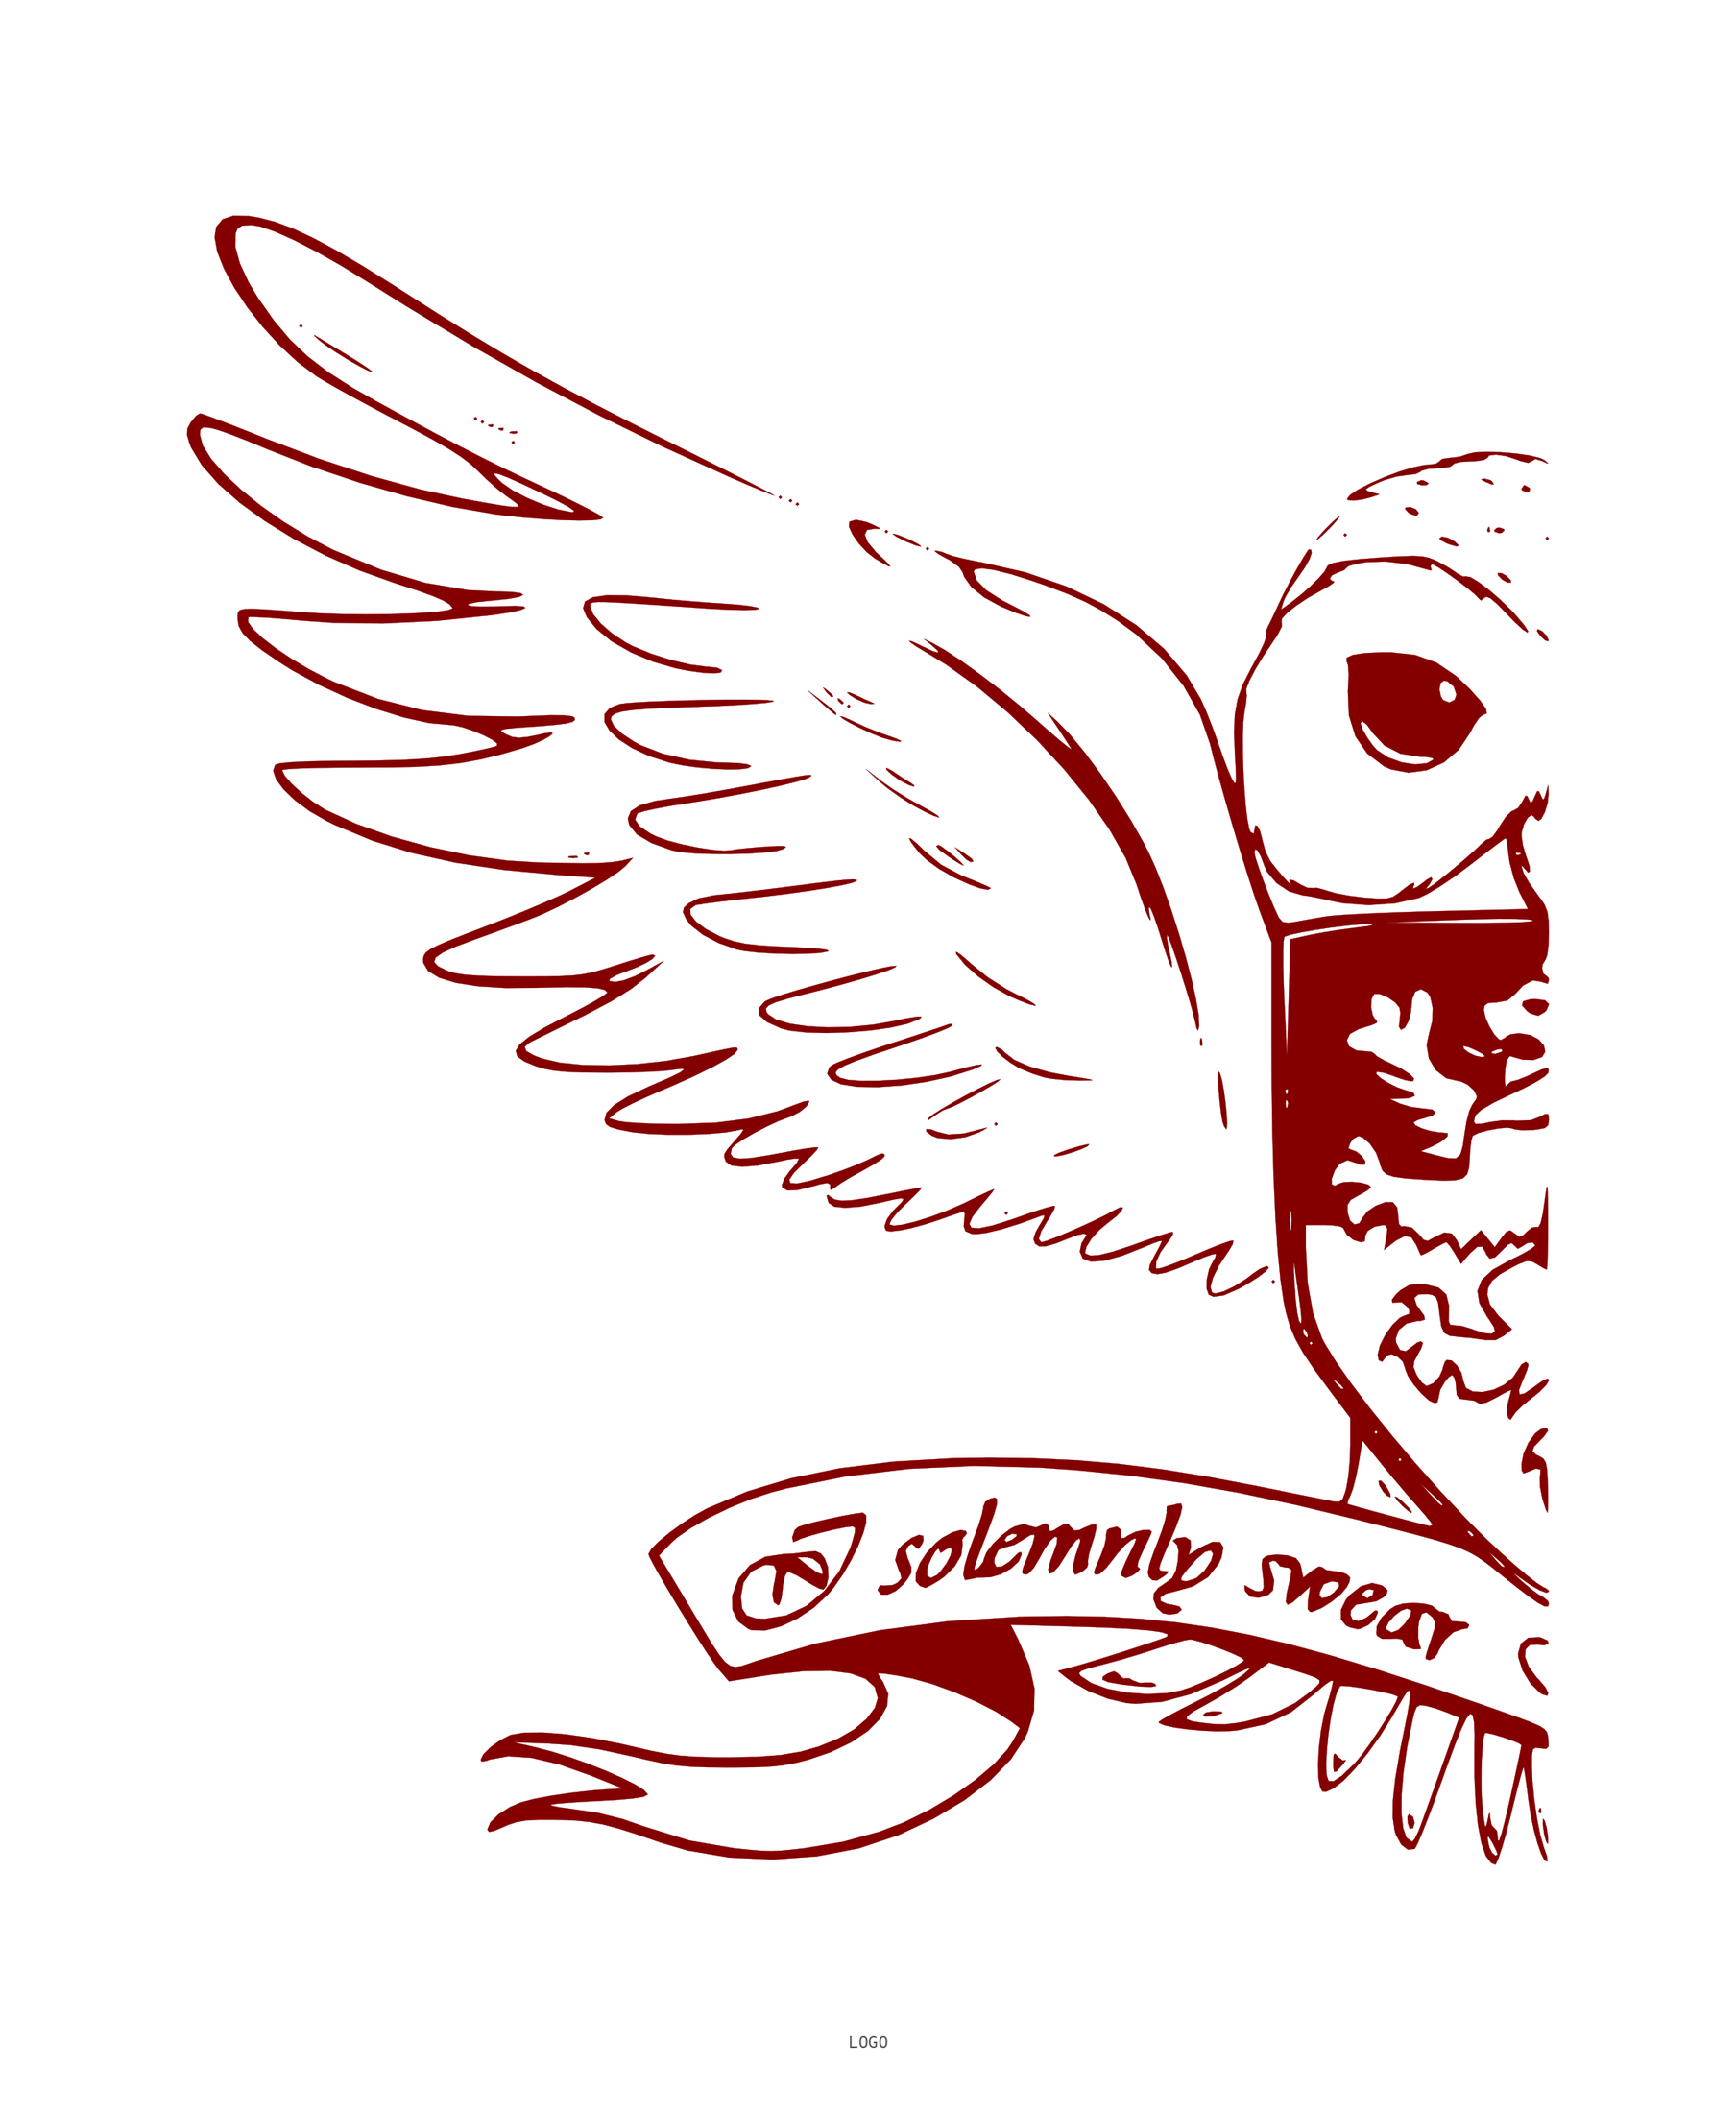
<source format=kicad_sym>
(kicad_symbol_lib
  (version 20220914)
  (generator "bitmap2component")
  (generator_version "9.0")
  (symbol "LOGO"
    (pin_names
      (offset 1.016))
    (property "Reference" "#G"
      (at 0 73.944 0)
      (effects (font (size 1.27 1.27)) hide))
    (symbol "LOGO_0_0"
      (polyline (pts (xy 52.564 -67.42) (xy 52.778 -66.942) (xy 53.067 -66.072) (xy 53.4 -64.908) (xy 53.748 -63.544) (xy 53.898 -62.926) (xy 54.212 -61.668) (xy 54.475 -60.667) (xy 54.662 -60.012) (xy 54.749 -59.793) (xy 54.779 -59.898) (xy 54.87 -60.436) (xy 54.995 -61.32) (xy 55.134 -62.429) (xy 55.309 -63.571) (xy 55.559 -64.748) (xy 55.847 -65.806) (xy 56.141 -66.641) (xy 56.408 -67.151) (xy 56.616 -67.231) (xy 56.633 -67.198) (xy 56.584 -66.806) (xy 56.366 -66.173) (xy 56.33 -66.081) (xy 56.06 -65.137) (xy 55.806 -63.847) (xy 55.594 -62.38) (xy 55.448 -60.908) (xy 55.394 -59.6) (xy 55.404 -58.851) (xy 55.479 -58.399) (xy 55.686 -58.257) (xy 56.089 -58.304) (xy 56.535 -58.349) (xy 56.717 -58.15) (xy 56.697 -57.557) (xy 56.671 -57.334) (xy 56.588 -57.04) (xy 56.386 -56.79) (xy 55.987 -56.539) (xy 55.313 -56.244) (xy 54.286 -55.859) (xy 52.827 -55.34) (xy 51.189 -54.764) (xy 46.886 -53.289) (xy 42.987 -52.023) (xy 39.429 -50.953) (xy 36.148 -50.066) (xy 33.081 -49.348) (xy 30.163 -48.788) (xy 27.331 -48.373) (xy 24.521 -48.09) (xy 21.669 -47.926) (xy 18.712 -47.869) (xy 15.585 -47.905) (xy 14.978 -47.922) (xy 9.333 -48.281) (xy 3.938 -48.993) (xy -1.145 -50.049) (xy -5.856 -51.437) (xy -6.406 -51.632) (xy -6.99 -51.825) (xy -7.459 -51.898) (xy -7.869 -51.802) (xy -8.28 -51.489) (xy -8.748 -50.913) (xy -9.333 -50.024) (xy -10.091 -48.774) (xy -11.082 -47.117) (xy -13.49 -43.101) (xy -12.487 -42.065) (xy -12.081 -41.698) (xy -10.968 -40.921) (xy -9.532 -40.108) (xy -7.903 -39.324) (xy -6.213 -38.636) (xy -4.594 -38.108) (xy -3.43 -37.803) (xy 1.246 -36.855) (xy 6.214 -36.259) (xy 11.376 -36.026) (xy 16.63 -36.163) (xy 19.66 -36.383) (xy 23.849 -36.812) (xy 28.011 -37.393) (xy 32.273 -38.149) (xy 36.395 -39.022) (xy 40.848 -39.022) (xy 40.87 -38.826) (xy 41.084 -38.349) (xy 41.283 -37.813) (xy 41.516 -36.917) (xy 41.722 -35.88) (xy 42.036 -34.019) (xy 43.257 -35.533) (xy 44.855 -35.533) (xy 44.99 -35.398) (xy 45.126 -35.533) (xy 44.99 -35.668) (xy 44.855 -35.533) (xy 43.257 -35.533) (xy 43.513 -35.851) (xy 43.596 -35.953) (xy 44.499 -37.048) (xy 44.818 -37.424) (xy 46.612 -37.424) (xy 47.49 -38.218) (xy 47.731 -38.44) (xy 48.187 -38.882) (xy 48.368 -39.096) (xy 48.368 -39.099) (xy 48.281 -39.164) (xy 47.982 -38.916) (xy 47.405 -38.303) (xy 46.612 -37.424) (xy 44.818 -37.424) (xy 45.457 -38.177) (xy 46.274 -39.11) (xy 46.328 -39.171) (xy 46.95 -39.882) (xy 47.39 -40.419) (xy 47.557 -40.67) (xy 47.557 -40.675) (xy 47.355 -40.774) (xy 47.301 -40.764) (xy 46.829 -40.65) (xy 46.014 -40.44) (xy 44.98 -40.166) (xy 43.85 -39.864) (xy 42.748 -39.565) (xy 41.798 -39.302) (xy 41.123 -39.11) (xy 40.848 -39.022) (xy 36.395 -39.022) (xy 36.764 -39.1) (xy 41.613 -40.268) (xy 42.25 -40.429) (xy 44.485 -40.996) (xy 45.08 -41.15) (xy 50.303 -41.15) (xy 50.488 -41.182) (xy 50.608 -41.265) (xy 50.8 -41.494) (xy 50.797 -41.531) (xy 50.641 -41.591) (xy 50.369 -41.301) (xy 50.303 -41.15) (xy 45.08 -41.15) (xy 46.282 -41.461) (xy 47.709 -41.851) (xy 48.833 -42.192) (xy 49.723 -42.509) (xy 50.443 -42.829) (xy 52.016 -42.829) (xy 52.624 -43.343) (xy 53.05 -43.731) (xy 53.232 -43.951) (xy 53.218 -44.021) (xy 53.01 -43.947) (xy 52.531 -43.437) (xy 52.016 -42.829) (xy 50.443 -42.829) (xy 50.447 -42.83) (xy 51.073 -43.181) (xy 51.669 -43.586) (xy 52.303 -44.074) (xy 53.043 -44.67) (xy 53.918 -45.371) (xy 55.057 -46.25) (xy 55.864 -46.816) (xy 56.383 -47.096) (xy 56.662 -47.118) (xy 56.745 -46.91) (xy 56.673 -46.677) (xy 56.272 -46.361) (xy 55.949 -46.187) (xy 55.313 -45.722) (xy 54.583 -45.102) (xy 54.531 -45.054) (xy 54.08 -44.625) (xy 53.988 -44.499) (xy 54.278 -44.705) (xy 54.428 -44.82) (xy 55.288 -45.419) (xy 56.029 -45.841) (xy 56.549 -46.032) (xy 56.745 -45.943) (xy 56.736 -45.873) (xy 56.488 -45.666) (xy 56.34 -45.62) (xy 55.796 -45.272) (xy 54.983 -44.639) (xy 53.978 -43.785) (xy 52.856 -42.777) (xy 51.693 -41.678) (xy 50.563 -40.554) (xy 50.15 -40.128) (xy 48.187 -38.032) (xy 46.246 -35.853) (xy 44.392 -33.667) (xy 42.683 -31.549) (xy 41.182 -29.575) (xy 39.951 -27.821) (xy 39.051 -26.363) (xy 38.837 -25.95) (xy 38.131 -23.976) (xy 37.703 -21.57) (xy 37.559 -18.76) (xy 37.559 -17.023) (xy 39.046 -17.023) (xy 39.657 -17.046) (xy 40.288 -17.137) (xy 40.532 -17.274) (xy 40.534 -17.312) (xy 40.791 -17.78) (xy 41.32 -18.195) (xy 41.894 -18.374) (xy 42.194 -18.31) (xy 42.259 -17.99) (xy 42.239 -17.883) (xy 42.45 -17.484) (xy 42.978 -17.158) (xy 43.652 -17.023) (xy 43.884 -17.069) (xy 44.002 -17.347) (xy 43.921 -18.003) (xy 43.737 -18.983) (xy 44.468 -18.409) (xy 44.702 -18.233) (xy 45.391 -17.884) (xy 45.886 -17.996) (xy 46.267 -18.577) (xy 46.505 -19.122) (xy 46.636 -19.402) (xy 46.667 -19.407) (xy 47.01 -19.261) (xy 47.594 -18.93) (xy 47.775 -18.822) (xy 48.346 -18.504) (xy 48.648 -18.375) (xy 48.676 -18.386) (xy 48.932 -18.672) (xy 49.298 -19.231) (xy 49.804 -20.087) (xy 50.424 -19.366) (xy 50.536 -19.238) (xy 51.096 -18.744) (xy 51.482 -18.729) (xy 51.746 -19.185) (xy 51.797 -19.328) (xy 52.078 -19.677) (xy 52.495 -19.565) (xy 53.105 -18.982) (xy 53.487 -18.586) (xy 53.794 -18.438) (xy 54.026 -18.642) (xy 54.288 -18.894) (xy 54.626 -18.71) (xy 55.043 -18.442) (xy 55.472 -18.396) (xy 55.664 -18.623) (xy 55.652 -18.657) (xy 55.329 -18.918) (xy 54.657 -19.307) (xy 53.754 -19.753) (xy 53.663 -19.795) (xy 52.292 -20.563) (xy 51.445 -21.358) (xy 51.106 -22.217) (xy 51.259 -23.18) (xy 51.887 -24.285) (xy 52.048 -24.51) (xy 52.417 -25.094) (xy 52.482 -25.412) (xy 52.278 -25.576) (xy 52.183 -25.598) (xy 51.594 -25.545) (xy 50.853 -25.305) (xy 50.686 -25.236) (xy 49.907 -24.997) (xy 49.314 -24.932) (xy 49.301 -24.934) (xy 48.965 -24.9) (xy 48.836 -24.605) (xy 48.852 -23.913) (xy 48.862 -23.395) (xy 48.644 -22.503) (xy 48.042 -21.96) (xy 47.001 -21.698) (xy 46.442 -21.659) (xy 45.705 -21.765) (xy 45.058 -22.151) (xy 44.703 -22.463) (xy 44.366 -22.901) (xy 44.388 -23.149) (xy 44.791 -23.123) (xy 45.132 -23.116) (xy 45.601 -23.506) (xy 45.731 -23.734) (xy 45.726 -24.029) (xy 45.27 -24.206) (xy 44.981 -24.346) (xy 44.395 -24.903) (xy 43.829 -25.695) (xy 43.403 -26.545) (xy 43.234 -27.272) (xy 43.323 -27.692) (xy 43.585 -27.807) (xy 43.865 -27.445) (xy 43.943 -27.319) (xy 44.322 -27.214) (xy 44.803 -27.407) (xy 45.217 -27.802) (xy 45.394 -28.304) (xy 45.398 -28.365) (xy 45.623 -28.934) (xy 46.099 -29.642) (xy 46.697 -30.336) (xy 47.287 -30.864) (xy 47.741 -31.074) (xy 47.947 -30.998) (xy 48.05 -30.591) (xy 48.046 -30.561) (xy 48.172 -30.011) (xy 48.545 -29.376) (xy 48.841 -29.025) (xy 49.116 -28.855) (xy 49.285 -29.07) (xy 49.382 -29.451) (xy 49.449 -30.151) (xy 49.464 -30.405) (xy 49.67 -30.727) (xy 50.244 -30.804) (xy 50.84 -30.88) (xy 51.206 -31.076) (xy 51.312 -31.134) (xy 51.803 -31.029) (xy 52.573 -30.645) (xy 53.028 -30.385) (xy 53.564 -30.106) (xy 53.772 -30.037) (xy 53.772 -30.043) (xy 53.697 -30.367) (xy 53.531 -30.973) (xy 53.466 -31.27) (xy 53.442 -31.849) (xy 53.539 -32.261) (xy 53.713 -32.38) (xy 53.921 -32.083) (xy 54.129 -31.786) (xy 54.682 -31.244) (xy 55.422 -30.649) (xy 56.011 -30.174) (xy 56.54 -29.638) (xy 56.745 -29.272) (xy 56.681 -29.139) (xy 56.333 -29.246) (xy 55.651 -29.733) (xy 55.558 -29.807) (xy 54.822 -30.305) (xy 54.43 -30.389) (xy 54.38 -30.056) (xy 54.67 -29.305) (xy 54.747 -29.139) (xy 55.015 -28.488) (xy 55.123 -28.093) (xy 55.11 -27.97) (xy 54.912 -27.824) (xy 54.581 -28.033) (xy 54.254 -28.529) (xy 53.892 -29.07) (xy 53.198 -29.632) (xy 52.362 -30.016) (xy 51.504 -30.198) (xy 50.742 -30.158) (xy 50.197 -29.872) (xy 49.989 -29.319) (xy 49.989 -29.304) (xy 49.839 -28.682) (xy 49.487 -28.097) (xy 49.059 -27.707) (xy 48.682 -27.67) (xy 48.542 -27.803) (xy 48.368 -28.299) (xy 48.358 -28.411) (xy 48.095 -28.993) (xy 47.617 -29.504) (xy 47.117 -29.723) (xy 47.083 -29.72) (xy 46.715 -29.454) (xy 46.332 -28.895) (xy 46.268 -28.77) (xy 46.059 -28.233) (xy 46.114 -27.778) (xy 46.451 -27.139) (xy 46.654 -26.773) (xy 46.803 -26.338) (xy 46.636 -26.211) (xy 46.391 -26.273) (xy 45.936 -26.616) (xy 45.463 -26.977) (xy 44.998 -26.887) (xy 44.685 -26.3) (xy 44.653 -25.98) (xy 44.909 -25.293) (xy 45.524 -24.787) (xy 46.371 -24.589) (xy 46.621 -24.583) (xy 46.954 -24.48) (xy 46.9 -24.175) (xy 46.469 -23.572) (xy 46.3 -23.335) (xy 46.123 -22.792) (xy 46.423 -22.5) (xy 47.187 -22.474) (xy 47.515 -22.527) (xy 47.83 -22.709) (xy 47.996 -23.139) (xy 48.104 -23.965) (xy 48.122 -24.138) (xy 48.256 -25.035) (xy 48.49 -25.535) (xy 48.925 -25.764) (xy 49.667 -25.847) (xy 50.642 -25.937) (xy 51.62 -26.079) (xy 51.719 -26.097) (xy 52.538 -26.1) (xy 53.202 -25.748) (xy 53.829 -25.241) (xy 52.855 -24.267) (xy 52.741 -24.15) (xy 52.087 -23.285) (xy 51.881 -22.497) (xy 51.941 -21.997) (xy 52.254 -21.429) (xy 52.91 -20.887) (xy 53.997 -20.281) (xy 54.388 -20.089) (xy 54.97 -19.866) (xy 55.377 -19.88) (xy 55.811 -20.114) (xy 56.286 -20.404) (xy 56.571 -20.536) (xy 56.584 -20.511) (xy 56.624 -20.11) (xy 56.654 -19.296) (xy 56.673 -18.167) (xy 56.678 -16.821) (xy 56.674 -15.8) (xy 56.662 -14.727) (xy 56.637 -14.131) (xy 56.596 -13.976) (xy 56.535 -14.225) (xy 56.448 -14.84) (xy 56.429 -14.992) (xy 56.255 -16.164) (xy 56.091 -16.873) (xy 55.914 -17.19) (xy 55.702 -17.182) (xy 55.415 -17.225) (xy 54.98 -17.572) (xy 54.731 -17.828) (xy 54.412 -17.951) (xy 54.031 -17.688) (xy 53.702 -17.453) (xy 53.416 -17.536) (xy 53.019 -18.018) (xy 52.473 -18.768) (xy 51.928 -18.099) (xy 51.383 -17.429) (xy 50.597 -18.178) (xy 49.812 -18.927) (xy 49.501 -18.246) (xy 49.082 -17.697) (xy 48.493 -17.615) (xy 47.68 -18.002) (xy 47.634 -18.032) (xy 47.177 -18.274) (xy 46.853 -18.184) (xy 46.437 -17.71) (xy 45.935 -17.232) (xy 45.359 -17.111) (xy 45.101 -17.141) (xy 44.904 -16.934) (xy 44.855 -16.314) (xy 44.762 -15.629) (xy 44.425 -15.22) (xy 43.825 -15.222) (xy 43.075 -15.508) (xy 42.399 -15.967) (xy 42.018 -16.483) (xy 41.785 -16.884) (xy 41.407 -16.979) (xy 41.052 -16.67) (xy 40.853 -16.012) (xy 40.855 -15.432) (xy 41.103 -15.04) (xy 41.731 -14.68) (xy 41.926 -14.583) (xy 42.474 -14.254) (xy 42.694 -14.025) (xy 42.498 -13.841) (xy 41.946 -13.691) (xy 41.236 -13.615) (xy 40.568 -13.634) (xy 40.141 -13.769) (xy 39.865 -13.93) (xy 39.615 -13.825) (xy 39.602 -13.383) (xy 39.852 -12.708) (xy 40.221 -12.19) (xy 40.853 -11.905) (xy 41.6 -12.146) (xy 41.825 -12.25) (xy 42.225 -12.25) (xy 42.255 -11.987) (xy 41.986 -11.593) (xy 41.569 -11.235) (xy 41.156 -11.079) (xy 41.129 -11.078) (xy 40.92 -10.958) (xy 41.072 -10.538) (xy 41.319 -10.211) (xy 41.71 -9.998) (xy 42.059 -10.113) (xy 42.611 -10.599) (xy 43.102 -11.313) (xy 43.395 -12.088) (xy 43.441 -12.295) (xy 43.615 -12.732) (xy 43.939 -13.026) (xy 44.511 -13.216) (xy 45.428 -13.341) (xy 46.788 -13.44) (xy 46.934 -13.449) (xy 48.355 -13.518) (xy 49.331 -13.496) (xy 49.947 -13.343) (xy 50.289 -13.019) (xy 50.444 -12.484) (xy 50.497 -11.697) (xy 50.536 -11.025) (xy 50.628 -10.315) (xy 50.741 -9.972) (xy 51.176 -9.759) (xy 51.913 -9.555) (xy 52.742 -9.402) (xy 53.461 -9.338) (xy 53.867 -9.4) (xy 54.022 -9.466) (xy 54.637 -9.542) (xy 55.461 -9.519) (xy 55.787 -9.487) (xy 56.412 -9.37) (xy 56.685 -9.152) (xy 56.745 -8.748) (xy 56.744 -8.628) (xy 56.696 -8.279) (xy 56.464 -8.259) (xy 55.901 -8.529) (xy 55.331 -8.75) (xy 54.171 -8.799) (xy 53.992 -8.773) (xy 53.076 -8.765) (xy 52.117 -8.895) (xy 51.446 -9.033) (xy 50.963 -9.057) (xy 50.821 -8.869) (xy 50.918 -8.429) (xy 50.95 -8.359) (xy 51.417 -7.931) (xy 52.387 -7.364) (xy 53.848 -6.666) (xy 54.777 -6.23) (xy 55.752 -5.716) (xy 56.425 -5.291) (xy 56.697 -5.013) (xy 56.724 -4.728) (xy 56.574 -4.626) (xy 56.142 -4.758) (xy 55.33 -5.134) (xy 55.006 -5.284) (xy 54.309 -5.564) (xy 53.879 -5.674) (xy 53.747 -5.698) (xy 53.411 -6.012) (xy 53.324 -6.084) (xy 53.27 -5.799) (xy 53.264 -5.272) (xy 53.307 -4.662) (xy 53.401 -4.127) (xy 53.44 -3.991) (xy 53.661 -3.681) (xy 54.085 -3.806) (xy 54.69 -3.976) (xy 55.474 -4.002) (xy 55.545 -3.994) (xy 56.203 -3.761) (xy 56.455 -3.35) (xy 56.351 -2.86) (xy 55.942 -2.387) (xy 55.276 -2.032) (xy 54.404 -1.891) (xy 54.374 -1.892) (xy 53.729 -1.974) (xy 53.367 -2.162) (xy 53.312 -2.235) (xy 52.942 -2.432) (xy 52.817 -2.389) (xy 52.446 -2.002) (xy 52.052 -1.364) (xy 51.739 -0.657) (xy 51.612 -0.068) (xy 51.656 0.274) (xy 51.929 0.49) (xy 52.585 0.54) (xy 52.607 0.54) (xy 53.468 0.695) (xy 54.092 1.218) (xy 54.712 1.877) (xy 55.48 2.281) (xy 56.204 2.162) (xy 56.284 2.12) (xy 56.651 2.018) (xy 56.745 2.287) (xy 56.713 2.483) (xy 56.474 2.702) (xy 56.32 2.796) (xy 56.204 3.227) (xy 56.247 3.537) (xy 56.474 3.918) (xy 56.482 3.924) (xy 56.615 4.284) (xy 56.709 5.023) (xy 56.745 5.989) (xy 56.725 6.947) (xy 56.625 7.7) (xy 56.391 8.279) (xy 55.973 8.878) (xy 55.928 8.936) (xy 55.222 9.921) (xy 54.753 10.734) (xy 54.587 11.264) (xy 54.632 11.319) (xy 54.843 11.087) (xy 55.108 10.784) (xy 55.244 10.876) (xy 55.21 11.305) (xy 54.992 11.974) (xy 54.952 12.073) (xy 54.69 12.947) (xy 54.583 13.721) (xy 54.603 13.982) (xy 54.776 14.59) (xy 55.054 15.085) (xy 55.348 15.333) (xy 55.568 15.2) (xy 55.637 15.071) (xy 55.913 14.862) (xy 56.147 15.031) (xy 56.43 15.565) (xy 56.645 16.276) (xy 56.718 16.969) (xy 56.691 17.699) (xy 56.503 17.023) (xy 56.392 16.659) (xy 56.268 16.54) (xy 56.097 16.888) (xy 55.961 17.189) (xy 55.818 17.208) (xy 55.608 16.753) (xy 55.464 16.421) (xy 55.307 16.275) (xy 55.15 16.576) (xy 55.039 16.823) (xy 54.884 16.829) (xy 54.644 16.373) (xy 54.319 15.894) (xy 53.933 15.672) (xy 53.772 15.61) (xy 53.355 15.196) (xy 52.909 14.524) (xy 52.681 14.138) (xy 52.304 13.623) (xy 52.063 13.455) (xy 51.814 13.383) (xy 51.393 13.027) (xy 51.381 13.013) (xy 50.905 12.552) (xy 50.171 11.901) (xy 49.309 11.169) (xy 48.454 10.469) (xy 47.736 9.908) (xy 47.287 9.599) (xy 47.246 9.577) (xy 47.026 9.495) (xy 47.22 9.742) (xy 47.326 9.864) (xy 47.546 10.265) (xy 47.455 10.422) (xy 47.084 10.216) (xy 46.869 10.037) (xy 46.339 9.654) (xy 46.032 9.521) (xy 46.045 9.686) (xy 46.124 9.833) (xy 46.082 9.988) (xy 45.712 9.808) (xy 45.066 9.314) (xy 44.848 9.136) (xy 44.425 8.865) (xy 43.948 8.739) (xy 43.257 8.73) (xy 42.19 8.808) (xy 42.132 8.813) (xy 40.987 8.954) (xy 39.943 9.149) (xy 39.22 9.355) (xy 39.103 9.401) (xy 38.456 9.578) (xy 38.059 9.568) (xy 37.702 9.579) (xy 37.152 9.839) (xy 36.592 10.17) (xy 36.285 10.23) (xy 36.349 9.93) (xy 36.367 9.857) (xy 36.181 10.006) (xy 35.796 10.421) (xy 35.3 11.004) (xy 34.783 11.656) (xy 34.744 11.71) (xy 34.379 12.446) (xy 34.139 13.31) (xy 34.125 13.395) (xy 33.953 14.052) (xy 33.748 14.454) (xy 33.578 14.515) (xy 33.506 14.148) (xy 33.451 13.859) (xy 33.212 13.967) (xy 33.098 14.219) (xy 32.952 14.951) (xy 32.822 16.03) (xy 32.715 17.342) (xy 32.635 18.775) (xy 32.59 20.216) (xy 32.585 21.553) (xy 32.626 22.672) (xy 32.718 23.462) (xy 32.823 24.045) (xy 32.898 24.725) (xy 32.866 25.05) (xy 32.861 25.296) (xy 33.098 25.914) (xy 33.552 26.787) (xy 34.17 27.815) (xy 34.898 28.895) (xy 35.344 29.563) (xy 35.675 30.228) (xy 35.651 30.544) (xy 35.638 30.553) (xy 35.67 30.82) (xy 36.085 31.273) (xy 36.798 31.841) (xy 37.724 32.458) (xy 38.776 33.053) (xy 39.34 33.364) (xy 39.76 33.649) (xy 39.789 33.764) (xy 39.646 33.782) (xy 39.447 33.969) (xy 39.63 34.247) (xy 40.127 34.476) (xy 40.573 34.644) (xy 40.802 34.867) (xy 40.959 34.983) (xy 41.522 35.145) (xy 42.356 35.284) (xy 43.853 35.332) (xy 45.587 35.129) (xy 47.129 34.7) (xy 47.467 34.616) (xy 47.451 34.812) (xy 47.39 34.955) (xy 47.512 35.128) (xy 47.581 35.111) (xy 48.026 34.868) (xy 48.714 34.412) (xy 49.51 33.841) (xy 50.28 33.254) (xy 50.891 32.747) (xy 51.209 32.419) (xy 51.388 32.248) (xy 51.653 32.464) (xy 51.8 32.556) (xy 52.136 32.422) (xy 52.686 31.953) (xy 53.511 31.105) (xy 54.068 30.531) (xy 54.705 29.951) (xy 55.061 29.72) (xy 55.103 29.838) (xy 54.797 30.304) (xy 54.11 31.118) (xy 53.748 31.505) (xy 52.886 32.339) (xy 52.002 33.099) (xy 51.196 33.707) (xy 50.568 34.086) (xy 50.218 34.156) (xy 49.961 34.141) (xy 49.499 34.394) (xy 49.372 34.496) (xy 48.742 34.906) (xy 47.963 35.333) (xy 47.778 35.422) (xy 47.282 35.619) (xy 46.745 35.731) (xy 46.041 35.768) (xy 45.047 35.739) (xy 43.639 35.654) (xy 43.356 35.635) (xy 41.695 35.504) (xy 40.506 35.366) (xy 39.73 35.212) (xy 39.308 35.03) (xy 39.181 34.808) (xy 39.039 34.542) (xy 38.577 34.012) (xy 37.903 33.352) (xy 37.133 32.672) (xy 36.38 32.086) (xy 35.606 31.534) (xy 35.803 32.182) (xy 35.989 32.596) (xy 36.438 33.352) (xy 37.015 34.182) (xy 37.471 34.842) (xy 37.87 35.553) (xy 38.02 36.015) (xy 37.976 36.252) (xy 37.8 36.285) (xy 37.704 36.166) (xy 37.344 35.605) (xy 36.855 34.758) (xy 36.313 33.763) (xy 35.795 32.759) (xy 35.378 31.885) (xy 35.205 31.505) (xy 34.834 30.718) (xy 34.566 30.185) (xy 34.438 29.87) (xy 34.437 29.478) (xy 34.439 29.382) (xy 34.265 28.889) (xy 33.893 28.105) (xy 33.375 27.149) (xy 33.23 26.891) (xy 32.592 25.627) (xy 32.178 24.467) (xy 31.957 23.25) (xy 31.898 21.82) (xy 31.97 20.017) (xy 32.032 18.948) (xy 32.054 18.197) (xy 32.02 17.857) (xy 31.92 17.86) (xy 31.748 18.136) (xy 31.701 18.226) (xy 31.408 18.904) (xy 31.035 19.88) (xy 30.652 20.973) (xy 30.619 21.073) (xy 30.173 22.309) (xy 29.688 23.532) (xy 29.263 24.489) (xy 28.159 26.343) (xy 26.388 28.426) (xy 24.184 30.31) (xy 21.595 31.965) (xy 18.668 33.362) (xy 15.451 34.47) (xy 11.992 35.261) (xy 11.639 35.325) (xy 10.56 35.546) (xy 9.692 35.762) (xy 9.196 35.934) (xy 8.846 36.085) (xy 8.327 36.193) (xy 8.284 36.14) (xy 8.568 35.917) (xy 9.184 35.583) (xy 9.487 35.422) (xy 10.183 34.917) (xy 10.494 34.45) (xy 10.591 34.136) (xy 11.169 33.316) (xy 12.158 32.51) (xy 13.47 31.794) (xy 13.548 31.759) (xy 14.633 31.305) (xy 15.392 31.04) (xy 15.788 30.962) (xy 15.783 31.069) (xy 15.342 31.36) (xy 14.429 31.833) (xy 13.605 32.257) (xy 12.342 33.064) (xy 11.595 33.822) (xy 11.349 34.543) (xy 11.457 34.717) (xy 12.002 34.795) (xy 12.969 34.663) (xy 14.319 34.325) (xy 16.007 33.791) (xy 17.101 33.407) (xy 18.779 32.767) (xy 20.171 32.144) (xy 21.429 31.466) (xy 22.71 30.661) (xy 24.171 29.585) (xy 26.217 27.665) (xy 27.913 25.528) (xy 29.197 23.258) (xy 30.005 20.942) (xy 30.259 19.922) (xy 30.703 18.262) (xy 31.235 16.37) (xy 31.817 14.373) (xy 32.411 12.394) (xy 32.423 12.356) (xy 33.506 12.356) (xy 33.559 12.62) (xy 33.741 12.542) (xy 34.006 12.077) (xy 34.301 11.293) (xy 34.509 10.836) (xy 35.242 9.967) (xy 36.232 9.306) (xy 37.289 8.998) (xy 37.807 8.925) (xy 38.703 8.751) (xy 39.721 8.523) (xy 40.468 8.376) (xy 42.504 8.223) (xy 44.597 8.364) (xy 46.486 8.787) (xy 47.157 9.1) (xy 48.141 9.689) (xy 49.291 10.466) (xy 50.483 11.351) (xy 50.679 11.504) (xy 51.694 12.289) (xy 52.531 12.926) (xy 53.107 13.354) (xy 53.34 13.511) (xy 53.387 13.389) (xy 53.479 12.863) (xy 53.542 12.34) (xy 54.133 12.34) (xy 54.172 12.372) (xy 54.493 12.34) (xy 54.535 12.258) (xy 54.313 12.16) (xy 54.17 12.179) (xy 54.133 12.34) (xy 53.542 12.34) (xy 53.576 12.062) (xy 53.652 11.566) (xy 53.972 10.355) (xy 54.41 9.262) (xy 55.095 7.911) (xy 47.881 7.742) (xy 46.139 7.695) (xy 44.21 7.63) (xy 42.459 7.556) (xy 40.977 7.478) (xy 39.854 7.401) (xy 39.181 7.328) (xy 38.635 7.237) (xy 37.563 7.05) (xy 36.705 6.894) (xy 36.331 6.838) (xy 43.91 6.838) (xy 49.394 7.054) (xy 49.437 7.055) (xy 51.227 7.112) (xy 52.809 7.138) (xy 54.099 7.132) (xy 55.015 7.096) (xy 55.474 7.029) (xy 55.507 7.011) (xy 55.344 6.937) (xy 54.68 6.878) (xy 53.545 6.838) (xy 51.971 6.816) (xy 49.989 6.814) (xy 43.91 6.838) (xy 36.331 6.838) (xy 36.203 6.819) (xy 35.726 6.888) (xy 35.438 7.221) (xy 35.373 7.347) (xy 35.029 8.099) (xy 34.626 9.076) (xy 34.218 10.135) (xy 33.859 11.131) (xy 33.603 11.92) (xy 33.506 12.356) (xy 32.423 12.356) (xy 32.98 10.562) (xy 33.487 9.001) (xy 33.895 7.836) (xy 34.855 5.269) (xy 34.855 4.6) (xy 35.774 4.6) (xy 35.805 5.379) (xy 35.868 5.713) (xy 35.913 5.744) (xy 36.393 5.899) (xy 37.248 6.082) (xy 38.347 6.273) (xy 39.559 6.452) (xy 40.753 6.599) (xy 41.796 6.694) (xy 42.558 6.718) (xy 42.767 6.706) (xy 42.843 6.65) (xy 42.413 6.559) (xy 41.501 6.441) (xy 41.492 6.44) (xy 40.21 6.271) (xy 38.904 6.064) (xy 37.853 5.862) (xy 36.343 5.528) (xy 36.208 0.94) (xy 36.109 -2.438) (xy 40.798 -2.438) (xy 41.047 -1.94) (xy 41.748 -1.555) (xy 42.18 -1.423) (xy 42.858 -1.206) (xy 43.158 -1.062) (xy 43.176 -0.93) (xy 43.009 -0.748) (xy 42.839 -0.467) (xy 42.708 0.168) (xy 42.745 0.814) (xy 42.956 1.211) (xy 42.966 1.217) (xy 43.409 1.206) (xy 44.028 0.945) (xy 44.614 0.546) (xy 44.957 0.124) (xy 45.025 -0.282) (xy 44.961 -0.967) (xy 44.915 -1.372) (xy 45.067 -1.614) (xy 45.362 -1.464) (xy 45.673 -0.928) (xy 45.842 -0.292) (xy 45.936 0.567) (xy 45.952 0.803) (xy 46.196 1.385) (xy 46.641 1.583) (xy 47.161 1.321) (xy 47.384 0.967) (xy 47.574 0.12) (xy 47.549 -0.891) (xy 47.301 -1.859) (xy 47.098 -2.811) (xy 47.114 -2.908) (xy 49.99 -2.908) (xy 50.036 -2.896) (xy 50.438 -2.999) (xy 51.07 -3.278) (xy 51.19 -3.344) (xy 52.224 -3.344) (xy 52.692 -3.164) (xy 52.995 -3.13) (xy 53.081 -3.268) (xy 52.99 -3.364) (xy 52.54 -3.513) (xy 52.23 -3.478) (xy 52.224 -3.344) (xy 51.19 -3.344) (xy 51.52 -3.523) (xy 51.713 -3.71) (xy 51.46 -3.77) (xy 51.437 -3.77) (xy 50.936 -3.661) (xy 50.408 -3.411) (xy 50.033 -3.125) (xy 49.99 -2.908) (xy 47.114 -2.908) (xy 47.273 -3.877) (xy 47.81 -4.792) (xy 48.633 -5.433) (xy 49.664 -5.674) (xy 49.795 -5.689) (xy 50.355 -5.96) (xy 50.854 -6.424) (xy 51.07 -6.89) (xy 51 -7.1) (xy 50.688 -7.545) (xy 50.465 -8.017) (xy 50.246 -8.849) (xy 50.08 -9.859) (xy 49.96 -10.743) (xy 49.765 -11.445) (xy 49.419 -11.755) (xy 48.813 -11.751) (xy 47.837 -11.517) (xy 46.63 -11.193) (xy 47.49 -10.836) (xy 47.521 -10.823) (xy 48.203 -10.466) (xy 48.662 -10.104) (xy 48.745 -9.995) (xy 48.756 -9.781) (xy 48.306 -9.728) (xy 48.088 -9.718) (xy 47.372 -9.598) (xy 46.684 -9.385) (xy 46.192 -9.141) (xy 46.066 -8.926) (xy 46.395 -8.731) (xy 47.011 -8.553) (xy 47.57 -8.38) (xy 47.803 -8.132) (xy 47.544 -7.92) (xy 46.814 -7.824) (xy 46.778 -7.823) (xy 45.839 -7.702) (xy 44.99 -7.441) (xy 44.18 -7.069) (xy 45.193 -7.048) (xy 45.768 -6.994) (xy 46.159 -6.825) (xy 46.066 -6.605) (xy 45.463 -6.394) (xy 45.382 -6.375) (xy 44.736 -6.145) (xy 44.058 -5.804) (xy 43.478 -5.436) (xy 43.129 -5.121) (xy 43.141 -4.943) (xy 43.221 -4.93) (xy 43.745 -5.012) (xy 44.458 -5.255) (xy 44.638 -5.328) (xy 45.367 -5.575) (xy 45.867 -5.674) (xy 46.042 -5.65) (xy 46.095 -5.455) (xy 45.769 -5.119) (xy 45.138 -4.706) (xy 44.273 -4.28) (xy 43.773 -4.048) (xy 43.191 -3.718) (xy 42.964 -3.498) (xy 42.964 -3.492) (xy 42.715 -3.348) (xy 42.141 -3.302) (xy 41.535 -3.238) (xy 40.97 -2.915) (xy 40.798 -2.438) (xy 36.109 -2.438) (xy 36.073 -3.648) (xy 35.856 0.918) (xy 35.809 2.079) (xy 35.775 3.469) (xy 35.774 4.6) (xy 34.855 4.6) (xy 34.856 -3.185) (xy 34.867 -5.944) (xy 34.875 -6.485) (xy 35.938 -6.485) (xy 35.958 -6.342) (xy 36.118 -6.305) (xy 36.151 -6.345) (xy 36.118 -6.665) (xy 36.037 -6.707) (xy 35.938 -6.485) (xy 34.875 -6.485) (xy 34.888 -7.408) (xy 35.96 -7.408) (xy 36.003 -7.143) (xy 36.123 -7.245) (xy 36.166 -7.401) (xy 36.102 -7.763) (xy 36.009 -7.759) (xy 35.96 -7.408) (xy 34.888 -7.408) (xy 34.922 -9.788) (xy 35.021 -13.289) (xy 35.162 -16.409) (xy 35.176 -16.618) (xy 36.286 -16.618) (xy 36.298 -16.118) (xy 36.34 -15.826) (xy 36.402 -16.014) (xy 36.447 -16.624) (xy 36.399 -17.365) (xy 36.351 -17.493) (xy 36.303 -17.259) (xy 36.286 -16.618) (xy 35.176 -16.618) (xy 35.343 -19.108) (xy 35.463 -20.334) (xy 36.61 -20.334) (xy 36.615 -19.998) (xy 36.652 -20.131) (xy 36.737 -20.744) (xy 36.877 -21.723) (xy 37.033 -22.802) (xy 37.04 -22.851) (xy 37.158 -23.782) (xy 37.214 -24.471) (xy 37.195 -24.774) (xy 37.177 -24.788) (xy 37.027 -24.616) (xy 36.884 -23.969) (xy 36.758 -22.905) (xy 36.657 -21.482) (xy 36.637 -21.068) (xy 36.61 -20.334) (xy 35.463 -20.334) (xy 35.562 -21.347) (xy 35.819 -23.086) (xy 35.985 -23.889) (xy 36.295 -24.968) (xy 36.537 -25.543) (xy 37.359 -25.543) (xy 37.364 -25.235) (xy 37.454 -25.229) (xy 37.653 -25.523) (xy 37.718 -25.735) (xy 37.671 -25.932) (xy 37.413 -25.652) (xy 37.359 -25.543) (xy 36.537 -25.543) (xy 36.73 -26.002) (xy 36.922 -26.346) (xy 37.83 -26.346) (xy 37.965 -26.211) (xy 38.1 -26.346) (xy 37.965 -26.481) (xy 37.83 -26.346) (xy 36.922 -26.346) (xy 37.348 -27.106) (xy 38.206 -28.39) (xy 38.79 -29.185) (xy 39.739 -29.185) (xy 40.059 -29.419) (xy 40.347 -29.666) (xy 40.532 -29.892) (xy 40.527 -29.939) (xy 40.351 -29.941) (xy 39.957 -29.521) (xy 39.806 -29.325) (xy 39.739 -29.185) (xy 38.79 -29.185) (xy 39.364 -29.967) (xy 41.072 -32.238) (xy 41.072 -33.371) (xy 42.964 -33.371) (xy 43.099 -33.236) (xy 43.234 -33.371) (xy 43.099 -33.506) (xy 42.964 -33.371) (xy 41.072 -33.371) (xy 41.072 -34.374) (xy 41.072 -34.434) (xy 41.027 -35.661) (xy 40.917 -36.844) (xy 40.764 -37.735) (xy 40.672 -38.086) (xy 40.462 -38.652) (xy 40.193 -38.86) (xy 39.75 -38.833) (xy 39.343 -38.755) (xy 38.471 -38.582) (xy 37.258 -38.338) (xy 35.803 -38.044) (xy 34.207 -37.72) (xy 33.796 -37.637) (xy 29.823 -36.881) (xy 26.207 -36.296) (xy 22.81 -35.868) (xy 19.495 -35.582) (xy 16.126 -35.423) (xy 12.565 -35.375) (xy 9.701 -35.418) (xy 5.026 -35.689) (xy 0.782 -36.214) (xy -3.061 -37) (xy -6.536 -38.051) (xy -9.675 -39.374) (xy -9.681 -39.376) (xy -10.665 -39.921) (xy -11.704 -40.596) (xy -12.693 -41.319) (xy -13.528 -42.012) (xy -14.106 -42.592) (xy -14.321 -42.978) (xy -14.233 -43.216) (xy -13.902 -43.853) (xy -13.376 -44.785) (xy -12.709 -45.922) (xy -11.956 -47.175) (xy -11.17 -48.456) (xy -10.407 -49.674) (xy -9.719 -50.741) (xy -9.162 -51.567) (xy -8.79 -52.065) (xy -7.965 -53.02) (xy -5.234 -52.585) (xy -4.535 -52.48) (xy -2.061 -52.217) (xy -0.001 -52.188) (xy 1.63 -52.39) (xy 2.815 -52.819) (xy 3.538 -53.472) (xy 3.783 -54.346) (xy 3.554 -55.113) (xy 2.908 -55.969) (xy 1.943 -56.795) (xy 0.756 -57.489) (xy 0.514 -57.601) (xy -0.905 -58.174) (xy -2.331 -58.579) (xy -3.896 -58.84) (xy -5.732 -58.978) (xy -7.971 -59.019) (xy -9.089 -59.014) (xy -10.542 -58.98) (xy -11.747 -58.897) (xy -12.884 -58.742) (xy -14.132 -58.497) (xy -15.672 -58.139) (xy -16.615 -57.923) (xy -18.824 -57.493) (xy -20.869 -57.203) (xy -22.663 -57.059) (xy -24.119 -57.071) (xy -25.149 -57.247) (xy -25.284 -57.295) (xy -26.052 -57.691) (xy -26.238 -57.825) (xy -24.995 -57.825) (xy -22.157 -57.932) (xy -20.414 -58.057) (xy -18.189 -58.384) (xy -15.672 -58.931) (xy -14.582 -59.191) (xy -13.272 -59.473) (xy -12.134 -59.657) (xy -10.99 -59.763) (xy -9.662 -59.812) (xy -7.971 -59.826) (xy -7.574 -59.825) (xy -5.945 -59.808) (xy -4.684 -59.751) (xy -3.651 -59.641) (xy -2.703 -59.464) (xy -1.7 -59.206) (xy 0.024 -58.624) (xy 1.686 -57.83) (xy 3.014 -56.929) (xy 3.968 -55.963) (xy 4.51 -54.972) (xy 4.599 -53.998) (xy 4.197 -53.081) (xy 3.943 -52.714) (xy 3.792 -52.403) (xy 3.867 -52.38) (xy 4.352 -52.418) (xy 5.186 -52.544) (xy 6.254 -52.742) (xy 6.498 -52.793) (xy 8.089 -53.238) (xy 9.84 -53.875) (xy 11.577 -54.631) (xy 13.128 -55.43) (xy 14.321 -56.2) (xy 14.997 -56.716) (xy 14.464 -57.707) (xy 14.009 -58.397) (xy 12.932 -59.571) (xy 11.489 -60.799) (xy 9.769 -62.015) (xy 7.863 -63.152) (xy 5.862 -64.141) (xy 3.939 -64.881) (xy 1.027 -65.682) (xy -2.027 -66.192) (xy -2.981 -66.299) (xy -3.892 -66.386) (xy -4.632 -66.418) (xy -5.38 -66.395) (xy -6.311 -66.316) (xy -7.602 -66.182) (xy -11.098 -65.579) (xy -14.727 -64.454) (xy -16.327 -63.895) (xy -18.292 -63.401) (xy -20.478 -63.076) (xy -21.288 -62.968) (xy -21.872 -62.852) (xy -22.048 -62.76) (xy -22.012 -62.745) (xy -21.572 -62.682) (xy -20.724 -62.608) (xy -19.569 -62.531) (xy -18.21 -62.459) (xy -16.962 -62.389) (xy -15.579 -62.269) (xy -14.721 -62.129) (xy -14.395 -61.968) (xy -14.395 -61.908) (xy -14.689 -61.588) (xy -15.389 -61.153) (xy -16.408 -60.642) (xy -17.659 -60.091) (xy -19.055 -59.537) (xy -20.508 -59.016) (xy -21.932 -58.566) (xy -23.238 -58.224) (xy -24.995 -57.825) (xy -26.238 -57.825) (xy -26.79 -58.226) (xy -27.343 -58.776) (xy -27.562 -59.216) (xy -27.485 -59.352) (xy -27.089 -59.295) (xy -26.855 -59.2) (xy -25.386 -58.932) (xy -23.55 -59.058) (xy -21.348 -59.578) (xy -18.78 -60.491) (xy -16.348 -61.473) (xy -17.564 -61.542) (xy -18.751 -61.631) (xy -20.413 -61.815) (xy -22.016 -62.05) (xy -23.4 -62.313) (xy -24.405 -62.579) (xy -25.264 -62.95) (xy -26.156 -63.52) (xy -26.784 -64.133) (xy -27.021 -64.688) (xy -27.018 -64.752) (xy -26.889 -64.902) (xy -26.497 -64.822) (xy -25.738 -64.498) (xy -25.42 -64.358) (xy -24.744 -64.13) (xy -23.986 -63.998) (xy -22.995 -63.944) (xy -21.617 -63.946) (xy -21.276 -63.952) (xy -20.064 -64.002) (xy -18.978 -64.115) (xy -17.891 -64.317) (xy -16.679 -64.637) (xy -15.216 -65.101) (xy -13.376 -65.737) (xy -11.218 -66.37) (xy -7.925 -66.927) (xy -4.492 -67.081) (xy -1.042 -66.834) (xy 2.3 -66.192) (xy 5.409 -65.158) (xy 8.193 -63.849) (xy 10.639 -62.389) (xy 12.684 -60.82) (xy 14.283 -59.178) (xy 15.388 -57.498) (xy 15.616 -57.007) (xy 16.107 -55.33) (xy 16.149 -53.607) (xy 15.735 -51.761) (xy 14.861 -49.718) (xy 14.272 -48.564) (xy 19.769 -48.715) (xy 21.645 -48.778) (xy 23.671 -48.88) (xy 25.188 -49.005) (xy 26.188 -49.15) (xy 26.663 -49.316) (xy 26.605 -49.502) (xy 26.387 -49.595) (xy 25.721 -49.833) (xy 24.739 -50.163) (xy 23.56 -50.547) (xy 22.299 -50.949) (xy 21.073 -51.331) (xy 20.001 -51.654) (xy 19.198 -51.882) (xy 17.995 -52.201) (xy 18.211 -52.375) (xy 19.663 -52.375) (xy 19.844 -52.195) (xy 20.393 -51.997) (xy 21.391 -51.738) (xy 21.526 -51.704) (xy 22.821 -51.356) (xy 24.294 -50.921) (xy 25.653 -50.487) (xy 26.088 -50.343) (xy 27.124 -50.024) (xy 27.947 -49.802) (xy 28.407 -49.719) (xy 28.605 -49.741) (xy 29.253 -49.905) (xy 30.107 -50.183) (xy 31.022 -50.52) (xy 31.856 -50.861) (xy 32.462 -51.153) (xy 32.696 -51.34) (xy 32.601 -51.458) (xy 32.119 -51.775) (xy 31.338 -52.198) (xy 30.381 -52.666) (xy 29.373 -53.121) (xy 28.437 -53.502) (xy 27.697 -53.749) (xy 26.595 -53.955) (xy 25.032 -54.029) (xy 23.426 -53.909) (xy 21.921 -53.617) (xy 20.661 -53.173) (xy 19.786 -52.598) (xy 19.77 -52.581) (xy 19.663 -52.375) (xy 18.211 -52.375) (xy 18.657 -52.734) (xy 19.015 -52.999) (xy 20.388 -53.777) (xy 21.947 -54.393) (xy 23.424 -54.736) (xy 24.129 -54.793) (xy 26.212 -54.64) (xy 28.502 -54.024) (xy 31.025 -52.939) (xy 31.173 -52.865) (xy 32.237 -52.342) (xy 32.874 -52.051) (xy 33.131 -51.979) (xy 33.056 -52.111) (xy 32.696 -52.433) (xy 32.192 -52.796) (xy 31.26 -53.367) (xy 30.1 -54.012) (xy 28.853 -54.651) (xy 28.849 -54.653) (xy 27.725 -55.217) (xy 26.803 -55.704) (xy 26.27 -56.011) (xy 28.164 -56.011) (xy 28.187 -55.773) (xy 28.679 -55.41) (xy 29.651 -54.873) (xy 30.834 -54.204) (xy 32.09 -53.417) (xy 33.133 -52.691) (xy 34.663 -51.536) (xy 36.179 -52.012) (xy 36.34 -52.063) (xy 37.542 -52.441) (xy 38.291 -52.71) (xy 38.638 -52.934) (xy 38.635 -53.172) (xy 38.333 -53.489) (xy 37.785 -53.947) (xy 36.688 -54.751) (xy 34.907 -55.625) (xy 32.798 -56.187) (xy 32.094 -56.31) (xy 31.201 -56.413) (xy 30.371 -56.403) (xy 29.318 -56.287) (xy 28.599 -56.173) (xy 28.164 -56.011) (xy 26.27 -56.011) (xy 26.179 -56.063) (xy 25.948 -56.241) (xy 25.99 -56.316) (xy 26.42 -56.496) (xy 27.215 -56.667) (xy 28.252 -56.813) (xy 29.408 -56.918) (xy 30.558 -56.967) (xy 31.578 -56.945) (xy 32.147 -56.893) (xy 34.386 -56.407) (xy 36.386 -55.462) (xy 38.236 -54.018) (xy 38.416 -53.85) (xy 39.079 -53.287) (xy 39.544 -52.979) (xy 39.718 -52.99) (xy 39.642 -53.408) (xy 39.437 -54.178) (xy 39.15 -55.123) (xy 39.001 -55.655) (xy 38.758 -56.897) (xy 38.596 -58.254) (xy 38.525 -59.567) (xy 38.525 -59.583) (xy 39.166 -59.583) (xy 39.217 -58.47) (xy 39.342 -57.219) (xy 39.525 -55.957) (xy 39.751 -54.815) (xy 40.004 -53.922) (xy 40.267 -53.406) (xy 40.396 -53.377) (xy 40.946 -53.41) (xy 41.777 -53.522) (xy 42.733 -53.684) (xy 43.661 -53.871) (xy 44.406 -54.054) (xy 44.812 -54.207) (xy 44.824 -54.228) (xy 44.712 -54.567) (xy 44.367 -55.216) (xy 43.856 -56.069) (xy 43.248 -57.02) (xy 42.611 -57.959) (xy 42.012 -58.782) (xy 41.52 -59.381) (xy 41.351 -59.562) (xy 40.414 -60.466) (xy 39.747 -60.905) (xy 39.351 -60.878) (xy 39.35 -60.877) (xy 39.205 -60.429) (xy 39.166 -59.583) (xy 38.525 -59.583) (xy 38.557 -60.674) (xy 38.703 -61.415) (xy 38.871 -61.71) (xy 39.149 -61.736) (xy 39.709 -61.48) (xy 39.767 -61.449) (xy 40.523 -60.866) (xy 41.442 -59.915) (xy 42.44 -58.698) (xy 43.434 -57.315) (xy 44.342 -55.867) (xy 44.646 -55.342) (xy 45.137 -54.5) (xy 45.441 -54.007) (xy 45.615 -53.784) (xy 45.717 -53.749) (xy 45.805 -53.822) (xy 45.809 -54.1) (xy 45.715 -54.803) (xy 45.536 -55.821) (xy 45.291 -57.041) (xy 44.985 -58.552) (xy 44.619 -60.704) (xy 44.432 -62.431) (xy 44.422 -63.467) (xy 45.112 -63.467) (xy 45.119 -61.982) (xy 45.266 -60.221) (xy 45.552 -58.244) (xy 45.977 -56.11) (xy 46.114 -55.541) (xy 46.304 -55.054) (xy 46.575 -54.898) (xy 47.036 -54.952) (xy 47.068 -54.958) (xy 47.872 -55.181) (xy 48.732 -55.494) (xy 49.665 -55.884) (xy 48.338 -59.624) (xy 48.185 -60.053) (xy 47.677 -61.48) (xy 47.211 -62.785) (xy 46.831 -63.839) (xy 46.586 -64.513) (xy 46.452 -64.852) (xy 46.169 -65.432) (xy 45.968 -65.662) (xy 45.925 -65.66) (xy 45.514 -65.365) (xy 45.243 -64.614) (xy 45.112 -63.467) (xy 44.422 -63.467) (xy 44.419 -63.784) (xy 44.576 -64.817) (xy 44.676 -65.133) (xy 45.095 -65.903) (xy 45.614 -66.299) (xy 46.144 -66.24) (xy 46.174 -66.21) (xy 46.395 -65.791) (xy 46.752 -64.96) (xy 47.213 -63.797) (xy 47.747 -62.379) (xy 48.323 -60.787) (xy 48.626 -59.938) (xy 49.299 -58.112) (xy 49.83 -56.785) (xy 50.236 -55.946) (xy 50.529 -55.581) (xy 50.725 -55.68) (xy 50.838 -56.23) (xy 50.881 -57.22) (xy 50.869 -58.636) (xy 50.869 -60.456) (xy 51.411 -60.456) (xy 51.44 -59.285) (xy 51.501 -58.245) (xy 51.59 -57.473) (xy 51.702 -57.104) (xy 51.834 -57.096) (xy 52.341 -57.206) (xy 53.05 -57.415) (xy 53.78 -57.666) (xy 54.35 -57.896) (xy 54.578 -58.048) (xy 54.573 -58.089) (xy 54.487 -58.535) (xy 54.311 -59.379) (xy 54.065 -60.518) (xy 53.773 -61.851) (xy 53.572 -62.751) (xy 53.235 -64.183) (xy 52.986 -65.118) (xy 52.817 -65.578) (xy 52.722 -65.587) (xy 52.691 -65.166) (xy 52.635 -64.809) (xy 52.421 -64.581) (xy 52.226 -64.378) (xy 52.115 -63.838) (xy 52.114 -63.818) (xy 52.08 -63.407) (xy 52.017 -63.472) (xy 51.896 -64.04) (xy 51.865 -64.192) (xy 51.774 -64.489) (xy 51.693 -64.4) (xy 51.605 -63.876) (xy 51.492 -62.864) (xy 51.471 -62.645) (xy 51.42 -61.621) (xy 51.411 -60.456) (xy 50.869 -60.456) (xy 50.869 -60.589) (xy 50.965 -62.614) (xy 51.15 -64.379) (xy 51.328 -65.32) (xy 51.893 -65.32) (xy 51.999 -65.29) (xy 52.288 -65.76) (xy 52.308 -65.799) (xy 52.58 -66.352) (xy 52.691 -66.638) (xy 52.684 -66.709) (xy 52.52 -66.778) (xy 52.256 -66.546) (xy 52.051 -66.135) (xy 51.977 -65.84) (xy 51.893 -65.32) (xy 51.328 -65.32) (xy 51.417 -65.791) (xy 51.754 -66.758) (xy 51.804 -66.852) (xy 52.179 -67.339) (xy 52.504 -67.481) (xy 52.564 -67.42)) (stroke (width 0.01) (type default)) (fill (type outline)))
      (polyline (pts (xy 56.676 -65.806) (xy 56.686 -65.402) (xy 56.594 -64.731) (xy 56.558 -64.549) (xy 56.41 -64.018) (xy 56.289 -63.865) (xy 56.273 -63.896) (xy 56.263 -64.3) (xy 56.354 -64.971) (xy 56.391 -65.153) (xy 56.539 -65.684) (xy 56.659 -65.837) (xy 56.676 -65.806)) (stroke (width 0.01) (type default)) (fill (type outline)))
      (polyline (pts (xy 56.147 -63.37) (xy 56.114 -63.05) (xy 56.033 -63.007) (xy 55.934 -63.23) (xy 55.953 -63.373) (xy 56.114 -63.41) (xy 56.147 -63.37)) (stroke (width 0.01) (type default)) (fill (type outline)))
      (polyline (pts (xy 56.693 -53.95) (xy 56.474 -53.503) (xy 55.96 -52.905) (xy 55.765 -52.704) (xy 55.155 -51.871) (xy 54.866 -51.105) (xy 54.899 -50.498) (xy 55.255 -50.141) (xy 55.934 -50.124) (xy 56.345 -50.175) (xy 56.721 -50.062) (xy 56.65 -49.814) (xy 56.094 -49.566) (xy 55.972 -49.539) (xy 55.121 -49.589) (xy 54.532 -50.05) (xy 54.313 -50.845) (xy 54.339 -51.157) (xy 54.668 -52.169) (xy 55.273 -53.164) (xy 56.022 -53.912) (xy 56.227 -54.043) (xy 56.613 -54.158) (xy 56.693 -53.95)) (stroke (width 0.01) (type default)) (fill (type outline)))
      (polyline (pts (xy 47.693 -51.182) (xy 47.956 -50.822) (xy 48.04 -50.592) (xy 48.546 -49.755) (xy 49.215 -49.145) (xy 49.896 -48.908) (xy 50.332 -48.836) (xy 50.456 -48.571) (xy 50.192 -48.365) (xy 49.623 -48.311) (xy 49.102 -48.28) (xy 48.908 -47.973) (xy 48.817 -47.737) (xy 48.391 -47.557) (xy 48.09 -47.508) (xy 47.774 -47.261) (xy 47.51 -47.049) (xy 46.868 -46.892) (xy 46.046 -46.836) (xy 45.23 -46.893) (xy 44.611 -47.073) (xy 44.199 -47.341) (xy 43.549 -47.989) (xy 43.155 -48.69) (xy 43.15 -48.792) (xy 43.889 -48.792) (xy 44.09 -48.367) (xy 44.531 -47.87) (xy 45.059 -47.459) (xy 45.519 -47.287) (xy 45.522 -47.287) (xy 45.882 -47.405) (xy 45.835 -47.785) (xy 45.376 -48.467) (xy 44.872 -48.966) (xy 44.32 -49.17) (xy 43.911 -48.911) (xy 43.889 -48.792) (xy 43.15 -48.792) (xy 43.125 -49.284) (xy 43.21 -49.449) (xy 43.583 -49.671) (xy 44.312 -49.673) (xy 44.697 -49.648) (xy 45.171 -49.719) (xy 45.287 -49.986) (xy 45.448 -50.291) (xy 46.071 -50.483) (xy 46.164 -50.492) (xy 46.633 -50.476) (xy 46.609 -50.291) (xy 46.537 -50.165) (xy 46.43 -49.584) (xy 46.433 -48.784) (xy 46.489 -48.329) (xy 46.716 -47.696) (xy 47.08 -47.577) (xy 47.572 -47.98) (xy 47.582 -47.993) (xy 47.758 -48.35) (xy 47.724 -48.852) (xy 47.468 -49.669) (xy 47.314 -50.11) (xy 47.099 -50.784) (xy 47.016 -51.138) (xy 47.048 -51.265) (xy 47.319 -51.353) (xy 47.693 -51.182)) (stroke (width 0.01) (type default)) (fill (type outline)))
      (polyline (pts (xy -3.875 -48.684) (xy -2.557 -48.067) (xy -1.275 -47.21) (xy -0.148 -46.163) (xy 0.293 -45.633) (xy 1.012 -44.606) (xy 1.666 -43.489) (xy 2.217 -42.373) (xy 2.627 -41.348) (xy 2.856 -40.505) (xy 2.865 -39.932) (xy 2.617 -39.721) (xy 2.53 -39.725) (xy 1.883 -39.81) (xy 0.938 -39.984) (xy -0.139 -40.211) (xy -1.181 -40.454) (xy -2.023 -40.676) (xy -2.499 -40.842) (xy -2.766 -41.081) (xy -2.972 -41.655) (xy -2.972 -41.659) (xy -2.897 -42.034) (xy -2.632 -41.937) (xy -2.333 -41.791) (xy -1.618 -41.552) (xy -0.681 -41.29) (xy 0.308 -41.048) (xy 1.178 -40.871) (xy 1.76 -40.802) (xy 1.808 -40.804) (xy 1.984 -40.91) (xy 1.971 -41.272) (xy 1.771 -42.015) (xy 1.616 -42.489) (xy 0.738 -44.349) (xy -0.442 -45.896) (xy -1.858 -47.073) (xy -3.448 -47.824) (xy -5.148 -48.092) (xy -5.858 -48.058) (xy -6.572 -47.82) (xy -6.928 -47.277) (xy -7.026 -46.338) (xy -6.825 -45.241) (xy -6.212 -44.373) (xy -5.242 -43.879) (xy -4.986 -43.827) (xy -4.417 -43.893) (xy -4.217 -44.335) (xy -4.368 -45.176) (xy -4.412 -45.327) (xy -4.535 -46.182) (xy -4.417 -46.787) (xy -4.077 -47.017) (xy -3.988 -46.95) (xy -3.829 -46.496) (xy -3.73 -45.755) (xy -3.69 -45.358) (xy -3.546 -44.7) (xy -3.36 -44.398) (xy -3.164 -44.421) (xy -2.604 -44.667) (xy -1.884 -45.1) (xy -1.414 -45.397) (xy -0.818 -45.708) (xy -0.504 -45.779) (xy -0.271 -45.48) (xy -0.117 -44.798) (xy -0.159 -44.005) (xy -0.405 -43.331) (xy -0.714 -42.938) (xy -1.144 -42.749) (xy -1.848 -42.813) (xy -1.875 -42.818) (xy -2.801 -42.935) (xy -3.648 -42.979) (xy -5.082 -43.192) (xy -5.164 -43.237) (xy -2.567 -43.237) (xy -1.833 -43.235) (xy -1.345 -43.347) (xy -0.776 -43.802) (xy -0.54 -44.432) (xy -0.62 -44.57) (xy -1.024 -44.434) (xy -1.756 -43.901) (xy -2.567 -43.237) (xy -5.164 -43.237) (xy -6.305 -43.851) (xy -7.205 -44.898) (xy -7.709 -46.275) (xy -7.685 -47.383) (xy -7.228 -48.304) (xy -6.402 -48.909) (xy -6.153 -48.987) (xy -5.113 -49.008) (xy -3.875 -48.684)) (stroke (width 0.01) (type default)) (fill (type outline)))
      (polyline (pts (xy 41.848 -48.874) (xy 42.477 -48.588) (xy 43.01 -48.117) (xy 43.234 -47.63) (xy 43.209 -47.447) (xy 43.022 -47.44) (xy 42.572 -47.815) (xy 42.325 -48.014) (xy 41.728 -48.263) (xy 41.261 -48.179) (xy 41.076 -47.769) (xy 41.132 -47.408) (xy 41.537 -46.969) (xy 42.369 -46.833) (xy 43.129 -46.7) (xy 43.72 -46.37) (xy 43.939 -46.133) (xy 44.016 -45.843) (xy 43.663 -45.52) (xy 43.58 -45.463) (xy 42.792 -45.262) (xy 41.901 -45.528) (xy 41.207 -46.077) (xy 42.025 -46.077) (xy 42.328 -45.823) (xy 42.582 -45.749) (xy 42.915 -45.823) (xy 42.84 -46.188) (xy 42.81 -46.233) (xy 42.412 -46.467) (xy 42.035 -46.235) (xy 42.025 -46.077) (xy 41.207 -46.077) (xy 41.005 -46.237) (xy 40.722 -46.58) (xy 40.331 -47.39) (xy 40.331 -48.111) (xy 40.734 -48.617) (xy 41.042 -48.761) (xy 41.62 -48.9) (xy 41.848 -48.874)) (stroke (width 0.01) (type default)) (fill (type outline)))
      (polyline (pts (xy 27.421 -47.66) (xy 27.759 -47.373) (xy 27.763 -47.359) (xy 27.581 -47.113) (xy 26.97 -46.968) (xy 26.606 -46.913) (xy 26.11 -46.691) (xy 26.087 -46.398) (xy 26.509 -46.108) (xy 27.352 -45.895) (xy 28.653 -45.535) (xy 29.853 -44.793) (xy 30.673 -43.767) (xy 30.916 -43.218) (xy 31.048 -42.45) (xy 30.795 -42.038) (xy 30.197 -42.022) (xy 29.294 -42.438) (xy 28.31 -43.047) (xy 28.495 -42.464) (xy 28.501 -42.441) (xy 28.462 -41.905) (xy 28.043 -41.643) (xy 27.366 -41.733) (xy 27.068 -41.921) (xy 27.267 -42.138) (xy 27.401 -42.265) (xy 27.519 -42.742) (xy 27.445 -43.611) (xy 27.308 -44.283) (xy 27.015 -44.87) (xy 26.817 -45.016) (xy 27.705 -45.016) (xy 27.777 -44.755) (xy 28.159 -44.253) (xy 28.882 -43.437) (xy 28.949 -43.364) (xy 29.612 -42.808) (xy 30.061 -42.694) (xy 30.24 -42.95) (xy 30.093 -43.507) (xy 29.564 -44.294) (xy 28.918 -44.877) (xy 28.18 -45.126) (xy 27.911 -45.114) (xy 27.705 -45.016) (xy 26.817 -45.016) (xy 26.497 -45.252) (xy 25.916 -45.653) (xy 25.569 -46.081) (xy 25.534 -46.553) (xy 25.792 -47.214) (xy 26.275 -47.653) (xy 26.816 -47.758) (xy 27.421 -47.66)) (stroke (width 0.01) (type default)) (fill (type outline)))
      (polyline (pts (xy 38.083 -47.531) (xy 38.776 -47.249) (xy 39.586 -46.744) (xy 40.323 -46.147) (xy 40.794 -45.587) (xy 41.007 -45.169) (xy 41.053 -44.823) (xy 40.802 -44.582) (xy 40.38 -44.417) (xy 39.676 -44.319) (xy 39.17 -44.242) (xy 38.859 -44.025) (xy 38.851 -44.006) (xy 38.576 -43.977) (xy 38.059 -44.289) (xy 37.354 -44.843) (xy 37.196 -44.053) (xy 37.111 -43.731) (xy 36.785 -43.307) (xy 36.106 -43.087) (xy 36.08 -43.083) (xy 35.26 -43.019) (xy 34.58 -43.101) (xy 34.387 -43.172) (xy 34.14 -43.384) (xy 34.079 -43.812) (xy 34.16 -44.613) (xy 34.205 -44.969) (xy 34.239 -45.595) (xy 34.128 -45.873) (xy 33.84 -45.936) (xy 33.561 -45.895) (xy 32.994 -45.598) (xy 32.936 -45.545) (xy 32.724 -45.441) (xy 32.74 -45.801) (xy 32.77 -45.915) (xy 33.161 -46.325) (xy 33.826 -46.432) (xy 34.6 -46.199) (xy 34.965 -45.837) (xy 35.06 -45.074) (xy 34.732 -43.977) (xy 34.667 -43.64) (xy 34.964 -43.504) (xy 35.177 -43.539) (xy 35.398 -43.774) (xy 35.513 -43.937) (xy 35.968 -44.045) (xy 36.181 -44.057) (xy 36.422 -44.235) (xy 36.36 -44.752) (xy 36.298 -45.002) (xy 36.049 -46.117) (xy 35.987 -46.763) (xy 36.13 -46.978) (xy 36.497 -46.802) (xy 37.109 -46.274) (xy 37.904 -45.531) (xy 37.797 -46.228) (xy 38.64 -46.228) (xy 38.661 -45.972) (xy 38.982 -45.355) (xy 39.615 -45.126) (xy 40.138 -45.219) (xy 40.201 -45.519) (xy 39.767 -46.029) (xy 39.262 -46.373) (xy 38.821 -46.462) (xy 38.64 -46.228) (xy 37.797 -46.228) (xy 37.748 -46.544) (xy 37.733 -46.649) (xy 37.715 -47.334) (xy 37.914 -47.553) (xy 38.083 -47.531)) (stroke (width 0.01) (type default)) (fill (type outline)))
      (polyline (pts (xy 5.182 -45.907) (xy 5.785 -45.375) (xy 6.11 -44.977) (xy 6.414 -44.471) (xy 6.419 -44.011) (xy 6.168 -43.374) (xy 6.139 -43.31) (xy 5.987 -42.737) (xy 6.179 -42.351) (xy 6.463 -42.167) (xy 6.737 -42.395) (xy 6.776 -42.453) (xy 6.996 -42.577) (xy 7.257 -42.225) (xy 7.383 -41.938) (xy 7.368 -41.548) (xy 7.034 -41.47) (xy 6.464 -41.701) (xy 5.742 -42.24) (xy 5.368 -42.67) (xy 5.156 -43.452) (xy 5.472 -44.335) (xy 5.549 -44.468) (xy 5.649 -44.893) (xy 5.324 -45.248) (xy 4.947 -45.431) (xy 4.311 -45.471) (xy 3.952 -45.453) (xy 3.783 -45.77) (xy 3.792 -45.873) (xy 4.047 -46.183) (xy 4.556 -46.186) (xy 5.182 -45.907)) (stroke (width 0.01) (type default)) (fill (type outline)))
      (polyline (pts (xy 7.574 -45.637) (xy 7.944 -45.457) (xy 8.543 -45.106) (xy 9.032 -44.763) (xy 9.862 -43.938) (xy 10.37 -43.065) (xy 10.469 -42.274) (xy 10.444 -41.837) (xy 10.576 -41.613) (xy 10.63 -41.605) (xy 10.808 -41.343) (xy 10.735 -41.163) (xy 10.327 -41.083) (xy 9.671 -41.265) (xy 8.896 -41.687) (xy 8.4 -42.069) (xy 7.661 -42.848) (xy 7.11 -43.688) (xy 6.797 -44.479) (xy 6.79 -44.696) (xy 7.684 -44.696) (xy 7.688 -44.134) (xy 7.778 -43.839) (xy 8.033 -43.253) (xy 8.318 -42.777) (xy 8.551 -42.539) (xy 8.647 -42.667) (xy 8.647 -42.69) (xy 8.732 -42.892) (xy 9.059 -42.688) (xy 9.144 -42.621) (xy 9.51 -42.457) (xy 9.629 -42.649) (xy 9.521 -43.098) (xy 9.206 -43.709) (xy 8.705 -44.382) (xy 8.457 -44.629) (xy 7.975 -44.87) (xy 7.684 -44.696) (xy 6.79 -44.696) (xy 6.774 -45.115) (xy 7.093 -45.487) (xy 7.224 -45.538) (xy 7.534 -45.645) (xy 7.574 -45.637)) (stroke (width 0.01) (type default)) (fill (type outline)))
      (polyline (pts (xy 11.011 -44.974) (xy 11.019 -44.971) (xy 11.622 -44.84) (xy 12.4 -44.813) (xy 12.679 -44.803) (xy 13.503 -44.57) (xy 14.297 -44.122) (xy 14.895 -43.569) (xy 15.132 -43.02) (xy 15.1 -42.836) (xy 14.898 -42.868) (xy 14.445 -43.304) (xy 14.147 -43.594) (xy 13.563 -43.971) (xy 13.136 -44.002) (xy 12.97 -43.661) (xy 12.998 -43.298) (xy 13.303 -42.651) (xy 13.908 -42.423) (xy 13.921 -42.423) (xy 14.562 -42.252) (xy 15.245 -41.852) (xy 15.325 -41.791) (xy 15.835 -41.481) (xy 16.129 -41.439) (xy 16.144 -41.611) (xy 16.003 -42.167) (xy 15.709 -42.938) (xy 15.571 -43.26) (xy 15.268 -44.005) (xy 15.167 -44.401) (xy 15.255 -44.557) (xy 15.518 -44.585) (xy 15.694 -44.505) (xy 16.096 -44.062) (xy 16.517 -43.358) (xy 16.928 -42.607) (xy 17.408 -41.922) (xy 17.764 -41.609) (xy 17.946 -41.684) (xy 17.903 -42.16) (xy 17.584 -43.053) (xy 17.432 -43.431) (xy 17.232 -44.184) (xy 17.306 -44.52) (xy 17.6 -44.442) (xy 18.062 -43.95) (xy 18.64 -43.044) (xy 19.03 -42.408) (xy 19.437 -41.901) (xy 19.702 -41.737) (xy 19.766 -41.949) (xy 19.57 -42.566) (xy 19.4 -43.034) (xy 19.221 -43.788) (xy 19.194 -44.359) (xy 19.338 -44.585) (xy 19.459 -44.572) (xy 19.923 -44.366) (xy 20.301 -44.037) (xy 20.386 -43.749) (xy 20.358 -43.556) (xy 20.457 -42.951) (xy 20.699 -42.148) (xy 20.868 -41.632) (xy 21.024 -40.976) (xy 21.017 -40.652) (xy 21.009 -40.646) (xy 20.666 -40.657) (xy 20.096 -40.887) (xy 19.665 -41.092) (xy 19.302 -41.125) (xy 19.024 -40.856) (xy 18.814 -40.622) (xy 18.518 -40.596) (xy 18.002 -40.891) (xy 17.629 -41.121) (xy 17.356 -41.188) (xy 17.294 -40.943) (xy 17.272 -40.737) (xy 17.033 -40.553) (xy 16.492 -40.791) (xy 16.273 -40.885) (xy 15.749 -40.754) (xy 15.316 -40.611) (xy 14.59 -40.803) (xy 14.252 -40.98) (xy 13.546 -41.514) (xy 13.172 -41.884) (xy 13.781 -41.884) (xy 13.976 -41.577) (xy 14.402 -41.372) (xy 14.761 -41.422) (xy 14.722 -41.589) (xy 14.344 -41.871) (xy 13.944 -42.029) (xy 13.781 -41.884) (xy 13.172 -41.884) (xy 12.869 -42.184) (xy 12.36 -42.843) (xy 12.159 -43.345) (xy 12.097 -43.59) (xy 11.754 -44.045) (xy 11.606 -44.163) (xy 11.431 -44.247) (xy 11.398 -44.102) (xy 11.521 -43.66) (xy 11.815 -42.853) (xy 12.295 -41.613) (xy 12.577 -40.881) (xy 12.985 -39.757) (xy 13.186 -39.032) (xy 13.19 -38.643) (xy 13.003 -38.526) (xy 12.632 -38.618) (xy 12.261 -38.861) (xy 12.098 -39.261) (xy 12.101 -39.334) (xy 11.992 -39.874) (xy 11.728 -40.723) (xy 11.355 -41.731) (xy 11.266 -41.961) (xy 10.896 -43.009) (xy 10.636 -43.909) (xy 10.538 -44.486) (xy 10.543 -44.686) (xy 10.662 -45.029) (xy 11.011 -44.974)) (stroke (width 0.01) (type default)) (fill (type outline)))
      (polyline (pts (xy 26.362 -44.729) (xy 26.594 -44.547) (xy 26.716 -44.366) (xy 26.413 -44.324) (xy 26.252 -44.319) (xy 26.051 -44.269) (xy 25.996 -44.088) (xy 26.105 -43.684) (xy 26.396 -42.967) (xy 26.886 -41.846) (xy 27.262 -40.968) (xy 27.657 -39.924) (xy 27.807 -39.281) (xy 27.72 -38.993) (xy 27.404 -39.017) (xy 27.183 -39.09) (xy 26.7 -39.181) (xy 26.583 -39.232) (xy 26.572 -39.569) (xy 26.583 -39.691) (xy 26.471 -40.272) (xy 26.198 -41.151) (xy 25.805 -42.193) (xy 25.566 -42.793) (xy 25.215 -43.798) (xy 25.092 -44.435) (xy 25.178 -44.778) (xy 25.444 -45.037) (xy 25.812 -45.072) (xy 26.362 -44.729)) (stroke (width 0.01) (type default)) (fill (type outline)))
      (polyline (pts (xy 23.437 -44.842) (xy 23.854 -44.677) (xy 24.253 -44.413) (xy 24.481 -44.167) (xy 24.382 -44.053) (xy 24.278 -43.985) (xy 24.34 -43.552) (xy 24.72 -42.703) (xy 24.997 -42.143) (xy 25.287 -41.518) (xy 25.4 -41.216) (xy 25.226 -41.078) (xy 24.731 -41.084) (xy 24.111 -41.232) (xy 23.569 -41.493) (xy 23.226 -41.717) (xy 23.008 -41.73) (xy 22.968 -41.358) (xy 22.931 -41.034) (xy 22.666 -40.816) (xy 22.061 -40.96) (xy 21.875 -41.088) (xy 21.791 -41.48) (xy 21.803 -41.688) (xy 21.666 -42.317) (xy 21.368 -43.114) (xy 21.238 -43.408) (xy 20.943 -44.099) (xy 20.843 -44.447) (xy 20.92 -44.57) (xy 21.16 -44.585) (xy 21.362 -44.492) (xy 21.824 -44.057) (xy 22.356 -43.389) (xy 22.691 -42.947) (xy 23.29 -42.28) (xy 23.772 -41.887) (xy 24.077 -41.743) (xy 24.17 -41.81) (xy 24.033 -42.179) (xy 23.656 -42.938) (xy 23.378 -43.512) (xy 23.083 -44.196) (xy 22.968 -44.576) (xy 22.997 -44.686) (xy 23.322 -44.855) (xy 23.437 -44.842)) (stroke (width 0.01) (type default)) (fill (type outline)))
      (polyline (pts (xy 56.644 -39.706) (xy 56.674 -39.35) (xy 56.682 -38.613) (xy 56.666 -37.627) (xy 56.656 -37.279) (xy 56.604 -36.335) (xy 56.501 -35.769) (xy 56.312 -35.455) (xy 56.002 -35.266) (xy 55.725 -35.133) (xy 55.443 -34.86) (xy 55.573 -34.499) (xy 56.124 -33.932) (xy 56.349 -33.709) (xy 56.67 -33.25) (xy 56.591 -33.034) (xy 56.113 -33.121) (xy 55.656 -33.461) (xy 55.134 -34.187) (xy 54.739 -35.072) (xy 54.583 -35.912) (xy 54.605 -36.401) (xy 54.746 -36.618) (xy 55.106 -36.488) (xy 55.726 -36.233) (xy 56.08 -36.312) (xy 56.06 -36.777) (xy 56.026 -36.957) (xy 56.046 -37.68) (xy 56.212 -38.534) (xy 56.318 -38.895) (xy 56.515 -39.487) (xy 56.634 -39.721) (xy 56.644 -39.706)) (stroke (width 0.01) (type default)) (fill (type outline)))
      (polyline (pts (xy 31.104 -22.561) (xy 32.269 -22.047) (xy 32.891 -21.702) (xy 33.758 -21.159) (xy 34.365 -20.701) (xy 34.639 -20.384) (xy 34.509 -20.266) (xy 34.457 -20.27) (xy 33.942 -20.478) (xy 33.324 -20.903) (xy 32.868 -21.256) (xy 31.94 -21.844) (xy 31.061 -22.266) (xy 30.412 -22.428) (xy 30.158 -22.343) (xy 30.038 -21.913) (xy 30.226 -21.185) (xy 30.699 -20.23) (xy 31.435 -19.121) (xy 31.491 -19.043) (xy 31.794 -18.527) (xy 31.843 -18.242) (xy 31.579 -18.283) (xy 30.918 -18.508) (xy 29.966 -18.883) (xy 28.826 -19.368) (xy 27.734 -19.831) (xy 26.765 -20.206) (xy 26.081 -20.432) (xy 25.784 -20.47) (xy 25.733 -20.391) (xy 25.76 -19.895) (xy 26.087 -19.177) (xy 26.659 -18.373) (xy 26.81 -18.184) (xy 27.084 -17.741) (xy 27.059 -17.564) (xy 26.86 -17.606) (xy 26.223 -17.799) (xy 25.285 -18.114) (xy 24.165 -18.509) (xy 23.765 -18.653) (xy 22.302 -19.135) (xy 21.256 -19.393) (xy 20.568 -19.438) (xy 20.183 -19.282) (xy 20.134 -19.186) (xy 20.245 -18.732) (xy 20.643 -18.107) (xy 21.235 -17.44) (xy 21.929 -16.859) (xy 21.948 -16.846) (xy 22.61 -16.326) (xy 23.013 -15.9) (xy 23.126 -15.641) (xy 22.917 -15.619) (xy 22.355 -15.904) (xy 21.819 -16.199) (xy 20.95 -16.625) (xy 19.915 -17.102) (xy 18.845 -17.573) (xy 17.871 -17.98) (xy 17.122 -18.266) (xy 16.729 -18.374) (xy 16.667 -18.369) (xy 16.491 -18.12) (xy 16.668 -17.533) (xy 17.183 -16.66) (xy 17.393 -16.336) (xy 17.697 -15.784) (xy 17.765 -15.513) (xy 17.602 -15.523) (xy 17.02 -15.676) (xy 16.123 -15.961) (xy 15.025 -16.344) (xy 14.377 -16.574) (xy 12.858 -17.054) (xy 11.798 -17.278) (xy 11.185 -17.242) (xy 11.004 -16.943) (xy 11.243 -16.377) (xy 11.886 -15.541) (xy 12.386 -14.954) (xy 12.808 -14.433) (xy 12.97 -14.199) (xy 12.928 -14.202) (xy 12.533 -14.363) (xy 11.812 -14.699) (xy 10.876 -15.159) (xy 10.552 -15.317) (xy 9.305 -15.864) (xy 8.027 -16.345) (xy 6.823 -16.728) (xy 5.798 -16.983) (xy 5.056 -17.077) (xy 4.703 -16.982) (xy 4.695 -16.962) (xy 4.838 -16.625) (xy 5.292 -16.061) (xy 5.97 -15.379) (xy 6.079 -15.277) (xy 6.726 -14.656) (xy 7.144 -14.217) (xy 7.246 -14.051) (xy 7.098 -14.072) (xy 6.507 -14.181) (xy 5.587 -14.362) (xy 4.458 -14.591) (xy 2.962 -14.882) (xy 1.773 -15.062) (xy 0.947 -15.107) (xy 0.401 -15.021) (xy 0.054 -14.808) (xy -0.138 -14.645) (xy -0.261 -14.714) (xy -0.106 -15.245) (xy -0.091 -15.279) (xy 0.344 -15.568) (xy 1.205 -15.663) (xy 2.42 -15.565) (xy 3.918 -15.272) (xy 4.995 -15.021) (xy 5.616 -14.917) (xy 5.822 -14.982) (xy 5.665 -15.233) (xy 5.202 -15.687) (xy 4.984 -15.909) (xy 4.512 -16.547) (xy 4.323 -17.068) (xy 4.331 -17.245) (xy 4.45 -17.478) (xy 4.824 -17.528) (xy 5.59 -17.435) (xy 6.378 -17.274) (xy 7.526 -16.964) (xy 8.663 -16.594) (xy 8.736 -16.567) (xy 9.63 -16.252) (xy 10.295 -16.028) (xy 10.592 -15.943) (xy 10.593 -15.943) (xy 10.644 -16.18) (xy 10.598 -16.741) (xy 10.562 -17.104) (xy 10.698 -17.509) (xy 11.208 -17.722) (xy 11.515 -17.747) (xy 12.393 -17.634) (xy 13.603 -17.341) (xy 15.041 -16.895) (xy 16.603 -16.322) (xy 16.757 -16.264) (xy 16.95 -16.254) (xy 16.871 -16.507) (xy 16.509 -17.117) (xy 16.233 -17.6) (xy 16.065 -18.13) (xy 16.2 -18.494) (xy 16.205 -18.5) (xy 16.524 -18.701) (xy 17.037 -18.696) (xy 17.839 -18.468) (xy 19.024 -18.001) (xy 19.48 -17.827) (xy 20.069 -17.697) (xy 20.275 -17.812) (xy 20.045 -18.163) (xy 19.858 -18.467) (xy 19.726 -19.099) (xy 19.726 -19.13) (xy 19.961 -19.672) (xy 20.611 -19.905) (xy 21.646 -19.832) (xy 23.04 -19.454) (xy 24.765 -18.773) (xy 25.41 -18.502) (xy 25.988 -18.295) (xy 26.211 -18.268) (xy 26.184 -18.355) (xy 25.967 -18.805) (xy 25.603 -19.474) (xy 25.255 -20.152) (xy 25.181 -20.55) (xy 25.369 -20.782) (xy 25.433 -20.818) (xy 25.852 -20.896) (xy 26.488 -20.782) (xy 27.426 -20.455) (xy 28.752 -19.89) (xy 29.543 -19.559) (xy 30.179 -19.338) (xy 30.468 -19.299) (xy 30.432 -19.553) (xy 30.156 -20.038) (xy 29.926 -20.516) (xy 29.751 -21.294) (xy 29.735 -22.039) (xy 29.904 -22.518) (xy 30.284 -22.684) (xy 31.104 -22.561)) (stroke (width 0.01) (type default)) (fill (type outline)))
      (polyline (pts (xy 35.128 -21.482) (xy 34.992 -21.347) (xy 34.857 -21.482) (xy 34.992 -21.617) (xy 35.128 -21.482)) (stroke (width 0.01) (type default)) (fill (type outline)))
      (polyline (pts (xy 14.051 -16.078) (xy 13.916 -15.943) (xy 13.781 -16.078) (xy 13.916 -16.213) (xy 14.051 -16.078)) (stroke (width 0.01) (type default)) (fill (type outline)))
      (polyline (pts (xy -2.533 -14.256) (xy -1.259 -13.942) (xy -0.788 -13.807) (xy -0.21 -13.703) (xy 0.022 -13.82) (xy 0.012 -14.179) (xy 0.104 -14.244) (xy 0.453 -14.014) (xy 0.92 -13.686) (xy 1.708 -13.211) (xy 2.635 -12.701) (xy 2.696 -12.668) (xy 3.518 -12.202) (xy 4.102 -11.813) (xy 4.323 -11.582) (xy 4.306 -11.448) (xy 4.152 -11.373) (xy 3.745 -11.511) (xy 2.977 -11.887) (xy 2.917 -11.917) (xy 2.094 -12.278) (xy 0.997 -12.702) (xy -0.155 -13.103) (xy -1.601 -13.539) (xy -2.598 -13.748) (xy -3.128 -13.714) (xy -3.202 -13.433) (xy -2.831 -12.896) (xy -2.025 -12.101) (xy -1.474 -11.575) (xy -1.04 -11.107) (xy -0.914 -10.885) (xy -1.197 -10.891) (xy -1.904 -10.988) (xy -2.926 -11.159) (xy -4.157 -11.389) (xy -4.792 -11.509) (xy -6.166 -11.729) (xy -7.094 -11.791) (xy -7.632 -11.69) (xy -7.832 -11.418) (xy -7.749 -10.971) (xy -7.493 -10.706) (xy -6.856 -10.273) (xy -5.978 -9.764) (xy -4.994 -9.253) (xy -4.037 -8.812) (xy -3.243 -8.515) (xy -3.076 -8.459) (xy -2.389 -8.103) (xy -1.844 -7.658) (xy -1.621 -7.263) (xy -1.69 -7.219) (xy -2.113 -7.296) (xy -2.795 -7.548) (xy -4.144 -8.052) (xy -6.414 -8.617) (xy -9.012 -8.946) (xy -12.024 -9.052) (xy -12.381 -9.051) (xy -13.809 -9.028) (xy -15.075 -8.979) (xy -16.054 -8.909) (xy -16.618 -8.827) (xy -17.429 -8.601) (xy -16.829 -8.114) (xy -16.376 -7.836) (xy -15.53 -7.407) (xy -14.424 -6.893) (xy -13.181 -6.355) (xy -12.332 -5.994) (xy -10.683 -5.253) (xy -9.293 -4.573) (xy -8.225 -3.986) (xy -7.538 -3.525) (xy -7.296 -3.223) (xy -7.292 -3.133) (xy -7.314 -3.042) (xy -7.444 -3.009) (xy -7.765 -3.045) (xy -8.361 -3.162) (xy -9.318 -3.369) (xy -10.719 -3.68) (xy -10.777 -3.692) (xy -12.939 -4.078) (xy -15.195 -4.325) (xy -17.421 -4.433) (xy -19.495 -4.397) (xy -21.295 -4.217) (xy -22.698 -3.89) (xy -23.334 -3.649) (xy -23.965 -3.291) (xy -24.092 -2.963) (xy -23.732 -2.642) (xy -23.616 -2.582) (xy -23.058 -2.302) (xy -22.155 -1.855) (xy -21.001 -1.286) (xy -19.69 -0.643) (xy -19.281 -0.441) (xy -17.25 0.634) (xy -15.689 1.603) (xy -14.556 2.491) (xy -13.105 3.822) (xy -14.624 2.992) (xy -15.378 2.624) (xy -16.265 2.29) (xy -16.908 2.162) (xy -16.946 2.162) (xy -17.409 2.23) (xy -17.355 2.418) (xy -16.79 2.72) (xy -15.724 3.129) (xy -15.259 3.306) (xy -14.518 3.656) (xy -13.998 3.984) (xy -13.789 4.228) (xy -13.985 4.323) (xy -14.19 4.283) (xy -14.835 4.106) (xy -15.787 3.819) (xy -16.923 3.459) (xy -17.872 3.157) (xy -18.694 2.927) (xy -19.456 2.77) (xy -20.281 2.672) (xy -21.286 2.62) (xy -22.592 2.598) (xy -24.319 2.595) (xy -24.366 2.595) (xy -26.265 2.608) (xy -27.708 2.65) (xy -28.778 2.728) (xy -29.557 2.847) (xy -30.129 3.013) (xy -30.209 3.045) (xy -30.922 3.39) (xy -31.233 3.726) (xy -31.117 4.08) (xy -30.551 4.48) (xy -29.509 4.956) (xy -27.967 5.535) (xy -26.668 6.001) (xy -25.288 6.505) (xy -24.09 6.951) (xy -23.238 7.278) (xy -22.704 7.502) (xy -21.476 8.079) (xy -20.144 8.766) (xy -18.827 9.497) (xy -17.645 10.204) (xy -16.717 10.821) (xy -16.16 11.28) (xy -15.537 11.952) (xy -16.483 11.718) (xy -16.49 11.716) (xy -17.246 11.604) (xy -18.31 11.533) (xy -19.455 11.518) (xy -20.601 11.538) (xy -21.912 11.56) (xy -22.985 11.579) (xy -25.418 11.727) (xy -28.451 12.145) (xy -31.557 12.793) (xy -34.584 13.632) (xy -37.38 14.625) (xy -39.794 15.734) (xy -39.928 15.808) (xy -40.814 16.382) (xy -41.702 17.079) (xy -42.477 17.795) (xy -43.026 18.426) (xy -43.234 18.868) (xy -43.157 18.903) (xy -42.638 18.962) (xy -41.696 19.01) (xy -40.406 19.047) (xy -38.844 19.068) (xy -37.087 19.072) (xy -37.061 19.072) (xy -34.548 19.083) (xy -32.459 19.138) (xy -30.681 19.253) (xy -29.099 19.44) (xy -27.599 19.712) (xy -26.066 20.084) (xy -24.387 20.569) (xy -24.255 20.61) (xy -23.383 20.923) (xy -22.649 21.25) (xy -22.126 21.545) (xy -21.883 21.761) (xy -21.993 21.852) (xy -22.527 21.773) (xy -22.773 21.715) (xy -23.828 21.496) (xy -24.543 21.422) (xy -25.069 21.49) (xy -25.558 21.696) (xy -25.677 21.759) (xy -25.933 21.923) (xy -25.925 22.037) (xy -25.586 22.121) (xy -24.845 22.196) (xy -23.634 22.284) (xy -23.149 22.318) (xy -21.783 22.431) (xy -20.869 22.543) (xy -20.34 22.67) (xy -20.129 22.826) (xy -20.167 23.026) (xy -20.32 23.112) (xy -20.961 23.193) (xy -22.104 23.2) (xy -23.765 23.134) (xy -24.633 23.097) (xy -28.547 23.153) (xy -32.194 23.611) (xy -35.668 24.488) (xy -39.065 25.799) (xy -39.654 26.074) (xy -41.13 26.844) (xy -42.522 27.672) (xy -43.764 28.509) (xy -44.789 29.303) (xy -45.53 30.006) (xy -45.921 30.567) (xy -45.895 30.936) (xy -45.787 30.954) (xy -45.227 30.945) (xy -44.277 30.89) (xy -43.035 30.793) (xy -41.594 30.662) (xy -39.292 30.497) (xy -35.29 30.443) (xy -31.024 30.647) (xy -26.621 31.104) (xy -26.493 31.121) (xy -25.211 31.322) (xy -24.388 31.509) (xy -24.038 31.666) (xy -24.176 31.777) (xy -24.817 31.826) (xy -25.976 31.798) (xy -26.351 31.781) (xy -27.508 31.764) (xy -28.264 31.806) (xy -28.591 31.892) (xy -28.46 32.005) (xy -27.846 32.128) (xy -26.718 32.245) (xy -26.595 32.254) (xy -25.301 32.393) (xy -24.501 32.549) (xy -24.204 32.703) (xy -24.418 32.837) (xy -25.15 32.931) (xy -26.409 32.966) (xy -28.569 33.074) (xy -31.91 33.635) (xy -35.423 34.682) (xy -39.13 36.218) (xy -39.337 36.316) (xy -41.269 37.332) (xy -43.143 38.485) (xy -44.897 39.723) (xy -46.469 40.993) (xy -47.799 42.242) (xy -48.825 43.418) (xy -49.485 44.467) (xy -49.719 45.337) (xy -49.68 45.74) (xy -49.441 45.917) (xy -48.841 45.863) (xy -48.825 45.861) (xy -48.222 45.691) (xy -47.261 45.351) (xy -46.07 44.889) (xy -44.778 44.352) (xy -44.41 44.196) (xy -40.855 42.806) (xy -37.129 41.554) (xy -33.385 40.483) (xy -29.775 39.637) (xy -26.452 39.06) (xy -25.758 38.97) (xy -24.185 38.803) (xy -22.613 38.677) (xy -21.131 38.596) (xy -19.83 38.562) (xy -18.798 38.579) (xy -18.125 38.649) (xy -17.899 38.776) (xy -17.902 38.784) (xy -18.193 38.995) (xy -18.893 39.384) (xy -19.926 39.914) (xy -21.216 40.545) (xy -22.687 41.238) (xy -24.092 41.893) (xy -25.789 42.705) (xy -27.454 43.529) (xy -29.189 44.416) (xy -31.091 45.418) (xy -33.263 46.587) (xy -35.803 47.972) (xy -37.632 49.013) (xy -39.587 50.263) (xy -41.21 51.507) (xy -42.605 52.836) (xy -43.874 54.338) (xy -45.12 56.103) (xy -45.861 57.333) (xy -46.569 58.856) (xy -46.927 60.167) (xy -46.909 61.192) (xy -46.751 61.598) (xy -46.395 61.825) (xy -45.685 61.879) (xy -44.961 61.761) (xy -43.777 61.351) (xy -42.274 60.679) (xy -40.515 59.774) (xy -38.562 58.667) (xy -36.479 57.388) (xy -33.306 55.396) (xy -28.126 52.277) (xy -23.12 49.444) (xy -18.163 46.83) (xy -13.13 44.367) (xy -7.895 41.988) (xy -7.597 41.858) (xy -6.393 41.338) (xy -5.391 40.918) (xy -4.688 40.636) (xy -4.382 40.534) (xy -4.512 40.619) (xy -5.069 40.917) (xy -6.011 41.404) (xy -7.285 42.054) (xy -8.838 42.838) (xy -10.616 43.73) (xy -12.565 44.702) (xy -15.43 46.138) (xy -18.366 47.642) (xy -21.012 49.044) (xy -23.479 50.404) (xy -25.877 51.786) (xy -28.314 53.252) (xy -30.902 54.863) (xy -33.751 56.681) (xy -34.395 57.095) (xy -36.868 58.642) (xy -38.986 59.888) (xy -40.803 60.863) (xy -42.374 61.594) (xy -43.756 62.111) (xy -45.004 62.44) (xy -45.853 62.583) (xy -47.079 62.611) (xy -47.921 62.329) (xy -48.424 61.728) (xy -48.559 60.925) (xy -48.352 59.784) (xy -47.821 58.434) (xy -47.014 56.946) (xy -45.98 55.393) (xy -44.767 53.847) (xy -43.422 52.377) (xy -41.994 51.057) (xy -40.53 49.957) (xy -40.471 49.919) (xy -39.719 49.466) (xy -38.599 48.83) (xy -37.213 48.068) (xy -35.661 47.235) (xy -34.047 46.387) (xy -33.035 45.858) (xy -31.373 44.963) (xy -30.09 44.223) (xy -29.11 43.591) (xy -28.36 43.022) (xy -27.764 42.468) (xy -27.438 42.148) (xy -26.473 42.148) (xy -26.466 42.291) (xy -26.11 42.223) (xy -25.372 41.935) (xy -24.219 41.419) (xy -22.619 40.665) (xy -21.425 40.075) (xy -20.586 39.612) (xy -20.19 39.322) (xy -20.266 39.223) (xy -20.43 39.23) (xy -21.425 39.424) (xy -22.649 39.826) (xy -23.92 40.36) (xy -25.054 40.952) (xy -25.871 41.527) (xy -26.165 41.803) (xy -26.473 42.148) (xy -27.438 42.148) (xy -27.088 41.805) (xy -26.234 41.043) (xy -25.536 40.499) (xy -25.221 40.283) (xy -24.77 39.952) (xy -24.572 39.737) (xy -24.672 39.634) (xy -25.118 39.641) (xy -25.955 39.754) (xy -27.231 39.972) (xy -28.991 40.291) (xy -32.331 41.013) (xy -36.209 42.083) (xy -40.292 43.426) (xy -44.47 45.009) (xy -44.705 45.104) (xy -46.222 45.71) (xy -47.562 46.236) (xy -48.643 46.649) (xy -49.385 46.92) (xy -49.708 47.017) (xy -49.709 47.017) (xy -50.033 46.811) (xy -50.435 46.319) (xy -50.691 45.85) (xy -50.741 45.346) (xy -50.534 44.63) (xy -50.41 44.321) (xy -49.563 42.92) (xy -48.263 41.454) (xy -46.572 39.966) (xy -44.551 38.497) (xy -42.26 37.088) (xy -39.761 35.782) (xy -37.115 34.619) (xy -34.383 33.642) (xy -34.38 33.641) (xy -32.644 33.075) (xy -31.373 32.62) (xy -30.512 32.249) (xy -30.001 31.939) (xy -29.785 31.665) (xy -29.789 31.63) (xy -30.114 31.496) (xy -30.875 31.381) (xy -31.99 31.287) (xy -33.374 31.217) (xy -34.945 31.173) (xy -36.619 31.159) (xy -38.313 31.175) (xy -39.942 31.226) (xy -41.424 31.313) (xy -41.554 31.323) (xy -43.341 31.461) (xy -44.664 31.554) (xy -45.591 31.595) (xy -46.194 31.579) (xy -46.54 31.497) (xy -46.702 31.343) (xy -46.747 31.11) (xy -46.747 30.791) (xy -46.658 30.236) (xy -46.349 29.683) (xy -45.755 29.07) (xy -44.813 28.33) (xy -43.46 27.397) (xy -42.418 26.743) (xy -40.319 25.601) (xy -38.073 24.572) (xy -35.797 23.698) (xy -33.606 23.02) (xy -31.616 22.583) (xy -29.942 22.428) (xy -29.689 22.408) (xy -28.973 22.248) (xy -28.148 21.969) (xy -27.339 21.629) (xy -26.671 21.283) (xy -26.269 20.985) (xy -26.259 20.793) (xy -26.468 20.719) (xy -27.148 20.549) (xy -28.142 20.337) (xy -29.318 20.112) (xy -30.456 19.934) (xy -31.837 19.788) (xy -33.443 19.688) (xy -35.378 19.63) (xy -37.748 19.607) (xy -39.108 19.598) (xy -41.031 19.562) (xy -42.459 19.499) (xy -43.377 19.41) (xy -43.77 19.297) (xy -43.937 18.82) (xy -43.701 18.137) (xy -43.104 17.335) (xy -42.204 16.479) (xy -41.063 15.636) (xy -39.742 14.872) (xy -38.989 14.504) (xy -36.116 13.31) (xy -32.996 12.338) (xy -29.562 11.572) (xy -25.747 10.997) (xy -21.482 10.596) (xy -18.51 10.386) (xy -20.536 9.34) (xy -21.217 9.011) (xy -22.452 8.46) (xy -23.963 7.821) (xy -25.62 7.149) (xy -27.292 6.498) (xy -28.774 5.931) (xy -30.048 5.428) (xy -30.944 5.045) (xy -31.529 4.744) (xy -31.872 4.492) (xy -32.041 4.252) (xy -32.104 3.989) (xy -32.096 3.685) (xy -31.713 3.033) (xy -30.845 2.498) (xy -29.519 2.09) (xy -27.766 1.815) (xy -25.618 1.68) (xy -23.103 1.695) (xy -22.797 1.705) (xy -20.822 1.748) (xy -19.345 1.734) (xy -18.333 1.66) (xy -17.75 1.523) (xy -17.564 1.323) (xy -17.573 1.299) (xy -17.887 1.056) (xy -18.58 0.639) (xy -19.56 0.101) (xy -20.739 -0.508) (xy -20.802 -0.539) (xy -22.511 -1.434) (xy -23.733 -2.169) (xy -24.486 -2.774) (xy -24.791 -3.279) (xy -24.664 -3.715) (xy -24.124 -4.111) (xy -23.19 -4.498) (xy -22.547 -4.69) (xy -21.748 -4.841) (xy -20.749 -4.936) (xy -19.437 -4.985) (xy -17.699 -4.999) (xy -17.163 -4.997) (xy -15.64 -4.973) (xy -14.254 -4.926) (xy -13.139 -4.86) (xy -12.43 -4.782) (xy -12.291 -4.758) (xy -11.668 -4.685) (xy -11.507 -4.757) (xy -11.821 -4.983) (xy -12.62 -5.372) (xy -13.916 -5.934) (xy -14.35 -6.119) (xy -15.943 -6.879) (xy -17.031 -7.559) (xy -17.637 -8.174) (xy -17.782 -8.74) (xy -17.782 -8.741) (xy -17.666 -9.054) (xy -17.351 -9.282) (xy -16.724 -9.473) (xy -15.672 -9.678) (xy -15.499 -9.706) (xy -14.265 -9.832) (xy -12.762 -9.893) (xy -11.153 -9.893) (xy -9.598 -9.833) (xy -8.258 -9.717) (xy -7.296 -9.546) (xy -6.975 -9.467) (xy -6.826 -9.504) (xy -6.993 -9.774) (xy -7.498 -10.365) (xy -7.596 -10.477) (xy -8.092 -11.054) (xy -8.314 -11.397) (xy -8.332 -11.661) (xy -8.213 -12.002) (xy -8.202 -12.028) (xy -7.777 -12.321) (xy -6.92 -12.421) (xy -5.702 -12.328) (xy -4.191 -12.04) (xy -3.43 -11.878) (xy -2.758 -11.773) (xy -2.454 -11.777) (xy -2.445 -11.816) (xy -2.627 -12.143) (xy -3.06 -12.65) (xy -3.169 -12.77) (xy -3.606 -13.379) (xy -3.783 -13.863) (xy -3.746 -14.05) (xy -3.357 -14.292) (xy -2.533 -14.256)) (stroke (width 0.01) (type default)) (fill (type outline)))
      (polyline (pts (xy 17.875 -11.6) (xy 18.441 -11.491) (xy 19.15 -11.283) (xy 19.835 -11.035) (xy 20.33 -10.805) (xy 20.469 -10.651) (xy 20.235 -10.67) (xy 19.619 -10.822) (xy 18.769 -11.076) (xy 18.757 -11.08) (xy 18.035 -11.339) (xy 17.677 -11.527) (xy 17.761 -11.605) (xy 17.875 -11.6)) (stroke (width 0.01) (type default)) (fill (type outline)))
      (polyline (pts (xy 10.677 -10.091) (xy 11.754 -9.716) (xy 12.1 -9.538) (xy 12.408 -9.351) (xy 12.295 -9.354) (xy 12.207 -9.382) (xy 10.589 -9.797) (xy 9.338 -9.883) (xy 8.399 -9.645) (xy 8.025 -9.489) (xy 7.623 -9.445) (xy 7.602 -9.631) (xy 8.039 -9.976) (xy 8.503 -10.153) (xy 9.523 -10.241) (xy 10.677 -10.091)) (stroke (width 0.01) (type default)) (fill (type outline)))
      (polyline (pts (xy 31.315 -9.411) (xy 31.345 -8.988) (xy 31.306 -8.246) (xy 31.216 -7.336) (xy 31.09 -6.406) (xy 30.946 -5.608) (xy 30.798 -5.091) (xy 30.719 -4.935) (xy 30.626 -4.943) (xy 30.613 -5.4) (xy 30.676 -6.35) (xy 30.772 -7.363) (xy 30.883 -8.275) (xy 30.982 -8.849) (xy 31.109 -9.231) (xy 31.278 -9.457) (xy 31.315 -9.411)) (stroke (width 0.01) (type default)) (fill (type outline)))
      (polyline (pts (xy 13.24 -9.052) (xy 13.105 -8.917) (xy 12.97 -9.052) (xy 13.105 -9.187) (xy 13.24 -9.052)) (stroke (width 0.01) (type default)) (fill (type outline)))
      (polyline (pts (xy 8.21 -8.437) (xy 8.309 -8.363) (xy 8.882 -7.989) (xy 9.258 -7.836) (xy 9.281 -7.834) (xy 9.667 -7.688) (xy 10.335 -7.363) (xy 11.158 -6.93) (xy 12.008 -6.459) (xy 12.759 -6.021) (xy 13.281 -5.685) (xy 13.449 -5.523) (xy 13.186 -5.578) (xy 12.567 -5.847) (xy 11.708 -6.272) (xy 10.722 -6.79) (xy 9.725 -7.34) (xy 8.831 -7.86) (xy 8.153 -8.29) (xy 7.807 -8.566) (xy 7.714 -8.694) (xy 7.767 -8.747) (xy 8.21 -8.437)) (stroke (width 0.01) (type default)) (fill (type outline)))
      (polyline (pts (xy 5.676 -6.006) (xy 7.626 -5.721) (xy 9.518 -5.304) (xy 11.214 -4.77) (xy 11.478 -4.667) (xy 11.955 -4.445) (xy 11.967 -4.359) (xy 11.559 -4.406) (xy 10.774 -4.583) (xy 9.657 -4.886) (xy 9.495 -4.931) (xy 8.274 -5.194) (xy 6.841 -5.404) (xy 5.319 -5.555) (xy 3.833 -5.638) (xy 2.506 -5.647) (xy 1.463 -5.575) (xy 0.827 -5.413) (xy 0.537 -5.218) (xy 0.438 -4.995) (xy 0.628 -4.747) (xy 1.154 -4.447) (xy 2.06 -4.07) (xy 3.393 -3.59) (xy 5.199 -2.983) (xy 6.217 -2.64) (xy 7.529 -2.177) (xy 8.594 -1.776) (xy 9.323 -1.47) (xy 9.627 -1.294) (xy 9.669 -1.161) (xy 9.427 -1.165) (xy 9.236 -1.234) (xy 8.577 -1.458) (xy 7.563 -1.796) (xy 6.287 -2.216) (xy 4.847 -2.687) (xy 3.917 -2.994) (xy 2.548 -3.465) (xy 1.396 -3.885) (xy 0.561 -4.215) (xy 0.142 -4.42) (xy -0.053 -4.596) (xy -0.211 -5.086) (xy 0.108 -5.551) (xy 0.865 -5.909) (xy 0.885 -5.915) (xy 2.167 -6.118) (xy 3.81 -6.143) (xy 5.676 -6.006)) (stroke (width 0.01) (type default)) (fill (type outline)))
      (polyline (pts (xy 20.42 -5.617) (xy 20.713 -5.595) (xy 20.569 -5.537) (xy 19.956 -5.429) (xy 18.842 -5.253) (xy 17.363 -4.973) (xy 15.769 -4.524) (xy 14.561 -3.998) (xy 13.815 -3.421) (xy 13.547 -3.16) (xy 13.165 -2.972) (xy 13.055 -3.044) (xy 13.216 -3.335) (xy 13.65 -3.76) (xy 14.254 -4.222) (xy 14.925 -4.626) (xy 15.031 -4.678) (xy 16.004 -5.085) (xy 16.952 -5.38) (xy 17.457 -5.471) (xy 18.5 -5.579) (xy 19.59 -5.621) (xy 19.723 -5.621) (xy 20.42 -5.617)) (stroke (width 0.01) (type default)) (fill (type outline)))
      (polyline (pts (xy 29.4 -2.804) (xy 29.367 -2.381) (xy 29.27 -2.256) (xy 29.204 -2.545) (xy 29.223 -2.818) (xy 29.346 -2.899) (xy 29.4 -2.804)) (stroke (width 0.01) (type default)) (fill (type outline)))
      (polyline (pts (xy 1.449 -1.812) (xy 3.176 -1.667) (xy 4.772 -1.442) (xy 6.1 -1.146) (xy 7.026 -0.787) (xy 7.128 -0.725) (xy 7.233 -0.584) (xy 6.902 -0.576) (xy 6.105 -0.702) (xy 4.814 -0.966) (xy 3.391 -1.213) (xy 1.618 -1.384) (xy -0.132 -1.423) (xy -1.758 -1.338) (xy -3.159 -1.134) (xy -4.231 -0.816) (xy -4.875 -0.392) (xy -5.002 -0.215) (xy -5.058 0.058) (xy -4.838 0.303) (xy -4.279 0.555) (xy -3.318 0.849) (xy -1.892 1.218) (xy -0.702 1.52) (xy 0.954 1.963) (xy 2.438 2.385) (xy 3.678 2.764) (xy 4.606 3.078) (xy 5.149 3.306) (xy 5.239 3.425) (xy 5.233 3.427) (xy 4.841 3.396) (xy 4.037 3.237) (xy 2.921 2.979) (xy 1.597 2.648) (xy 0.165 2.272) (xy -1.273 1.877) (xy -2.616 1.492) (xy -3.763 1.142) (xy -4.611 0.856) (xy -5.06 0.661) (xy -5.159 0.593) (xy -5.625 0.059) (xy -5.559 -0.476) (xy -4.966 -1.002) (xy -3.853 -1.505) (xy -3.17 -1.678) (xy -1.859 -1.827) (xy -0.275 -1.868) (xy 1.449 -1.812)) (stroke (width 0.01) (type default)) (fill (type outline)))
      (polyline (pts (xy 29.128 -1.399) (xy 29.139 -1.305) (xy 29.101 -0.448) (xy 28.895 0.801) (xy 28.551 2.345) (xy 28.095 4.09) (xy 27.555 5.939) (xy 26.958 7.797) (xy 26.334 9.569) (xy 25.708 11.158) (xy 25.11 12.47) (xy 24.794 13.078) (xy 23.761 14.899) (xy 22.584 16.778) (xy 21.339 18.606) (xy 20.102 20.274) (xy 18.949 21.675) (xy 17.956 22.698) (xy 17.205 23.373) (xy 18.014 22.157) (xy 18.323 21.69) (xy 18.779 20.987) (xy 19.059 20.541) (xy 19.053 20.512) (xy 18.772 20.702) (xy 18.185 21.178) (xy 17.354 21.888) (xy 16.342 22.782) (xy 15.075 23.878) (xy 13.503 25.159) (xy 11.917 26.377) (xy 10.421 27.456) (xy 9.116 28.319) (xy 8.106 28.892) (xy 7.431 29.219) (xy 8.106 28.667) (xy 8.518 28.287) (xy 8.54 28.133) (xy 8.124 28.253) (xy 7.285 28.648) (xy 6.566 28.991) (xy 6.255 29.088) (xy 6.357 28.952) (xy 6.851 28.611) (xy 7.716 28.094) (xy 9.191 27.188) (xy 11.635 25.439) (xy 14.046 23.427) (xy 16.36 21.224) (xy 18.511 18.902) (xy 20.436 16.531) (xy 22.07 14.183) (xy 23.348 11.931) (xy 24.206 9.845) (xy 24.517 8.9) (xy 24.838 8.002) (xy 25.097 7.358) (xy 25.264 7.033) (xy 25.311 7.09) (xy 25.21 7.595) (xy 25.157 7.981) (xy 25.26 8.049) (xy 25.34 7.913) (xy 25.572 7.34) (xy 25.883 6.444) (xy 26.23 5.347) (xy 26.387 4.84) (xy 26.709 3.878) (xy 26.92 3.369) (xy 27.008 3.33) (xy 26.959 3.776) (xy 26.759 4.721) (xy 26.706 4.967) (xy 26.6 5.592) (xy 26.602 5.886) (xy 26.613 5.887) (xy 26.752 5.616) (xy 27.003 4.957) (xy 27.328 4.02) (xy 27.692 2.916) (xy 28.059 1.757) (xy 28.393 0.653) (xy 28.658 -0.285) (xy 28.818 -0.946) (xy 28.938 -1.483) (xy 29.045 -1.679) (xy 29.128 -1.399)) (stroke (width 0.01) (type default)) (fill (type outline)))
      (polyline (pts (xy 56.42 -0.216) (xy 56.558 -0.065) (xy 56.755 0.406) (xy 56.451 0.706) (xy 55.664 0.811) (xy 55.288 0.795) (xy 54.708 0.628) (xy 54.625 0.301) (xy 55.056 -0.164) (xy 55.305 -0.336) (xy 55.901 -0.51) (xy 56.42 -0.216)) (stroke (width 0.01) (type default)) (fill (type outline)))
      (polyline (pts (xy 16.253 0.295) (xy 16.07 0.465) (xy 15.511 0.787) (xy 14.662 1.207) (xy 13.943 1.579) (xy 12.46 2.525) (xy 11.177 3.562) (xy 10.93 3.791) (xy 10.331 4.302) (xy 9.979 4.533) (xy 9.944 4.435) (xy 10.018 4.307) (xy 10.688 3.491) (xy 11.694 2.603) (xy 12.893 1.754) (xy 14.147 1.056) (xy 15.018 0.671) (xy 15.773 0.386) (xy 16.213 0.28) (xy 16.253 0.295)) (stroke (width 0.01) (type default)) (fill (type outline)))
      (polyline (pts (xy -1.767 4.387) (xy -0.756 4.454) (xy -0.135 4.576) (xy -0.105 4.591) (xy -0.212 4.684) (xy -0.804 4.774) (xy -1.83 4.853) (xy -3.243 4.918) (xy -4.02 4.948) (xy -5.52 5.039) (xy -6.657 5.169) (xy -7.558 5.356) (xy -8.347 5.619) (xy -8.728 5.777) (xy -9.793 6.336) (xy -10.565 6.918) (xy -10.991 7.464) (xy -11.022 7.917) (xy -10.606 8.218) (xy -10.486 8.245) (xy -9.866 8.343) (xy -8.862 8.474) (xy -7.583 8.625) (xy -6.138 8.783) (xy -5.259 8.878) (xy -3.469 9.096) (xy -1.79 9.328) (xy -0.306 9.562) (xy 0.895 9.782) (xy 1.729 9.975) (xy 2.111 10.128) (xy 2.122 10.14) (xy 2.113 10.224) (xy 1.854 10.254) (xy 1.288 10.225) (xy 0.36 10.132) (xy -0.989 9.97) (xy -2.816 9.736) (xy -3.292 9.674) (xy -4.906 9.471) (xy -6.45 9.285) (xy -7.771 9.135) (xy -8.71 9.039) (xy -9.129 8.994) (xy -10.367 8.745) (xy -11.143 8.372) (xy -11.522 8.014) (xy -11.594 7.663) (xy -11.339 7.109) (xy -10.945 6.605) (xy -10.014 5.88) (xy -8.768 5.226) (xy -7.337 4.718) (xy -6.733 4.598) (xy -5.649 4.479) (xy -4.362 4.402) (xy -3.018 4.37) (xy -1.767 4.387)) (stroke (width 0.01) (type default)) (fill (type outline)))
      (polyline (pts (xy 12.7 9.55) (xy 12.687 9.566) (xy 12.355 9.737) (xy 11.668 10.036) (xy 10.748 10.408) (xy 10.335 10.578) (xy 8.791 11.4) (xy 7.505 12.464) (xy 6.879 13.067) (xy 6.391 13.469) (xy 6.244 13.485) (xy 6.452 13.118) (xy 7.033 12.371) (xy 7.611 11.812) (xy 8.612 11.083) (xy 9.771 10.418) (xy 9.825 10.391) (xy 10.956 9.875) (xy 11.868 9.546) (xy 12.478 9.429) (xy 12.7 9.55)) (stroke (width 0.01) (type default)) (fill (type outline)))
      (polyline (pts (xy 10.534 11.379) (xy 10.31 11.627) (xy 9.859 12.027) (xy 9.325 12.462) (xy 8.851 12.812) (xy 8.579 12.959) (xy 8.569 12.96) (xy 8.385 12.874) (xy 8.653 12.571) (xy 9.385 12.034) (xy 9.681 11.837) (xy 10.242 11.487) (xy 10.523 11.349) (xy 10.534 11.379)) (stroke (width 0.01) (type default)) (fill (type outline)))
      (polyline (pts (xy 11.324 11.666) (xy 11.197 11.883) (xy 10.606 12.306) (xy 9.863 12.784) (xy 10.377 12.201) (xy 10.793 11.802) (xy 11.12 11.619) (xy 11.324 11.666)) (stroke (width 0.01) (type default)) (fill (type outline)))
      (polyline (pts (xy -19.894 11.97) (xy -19.928 12.068) (xy -20.051 12.104) (xy -20.604 12.068) (xy -20.65 11.975) (xy -20.266 11.932) (xy -19.894 11.97)) (stroke (width 0.01) (type default)) (fill (type outline)))
      (polyline (pts (xy -19.042 12.179) (xy -19.005 12.34) (xy -19.045 12.372) (xy -19.365 12.34) (xy -19.408 12.258) (xy -19.185 12.16) (xy -19.042 12.179)) (stroke (width 0.01) (type default)) (fill (type outline)))
      (polyline (pts (xy -6.393 12.288) (xy -5.149 12.371) (xy -4.19 12.493) (xy -3.644 12.653) (xy -3.472 12.803) (xy -3.64 12.878) (xy -4.218 12.88) (xy -5.269 12.815) (xy -5.524 12.796) (xy -6.553 12.707) (xy -7.354 12.619) (xy -7.772 12.55) (xy -8.341 12.504) (xy -9.3 12.582) (xy -10.47 12.762) (xy -11.697 13.016) (xy -12.822 13.315) (xy -13.689 13.631) (xy -14.17 13.867) (xy -15.024 14.439) (xy -15.372 14.97) (xy -15.2 15.442) (xy -15.161 15.469) (xy -14.696 15.621) (xy -13.828 15.818) (xy -12.664 16.035) (xy -11.313 16.252) (xy -10.515 16.375) (xy -8.785 16.665) (xy -7.056 16.985) (xy -5.418 17.313) (xy -3.959 17.633) (xy -2.767 17.924) (xy -1.932 18.168) (xy -1.542 18.346) (xy -1.482 18.413) (xy -1.482 18.473) (xy -1.634 18.489) (xy -2.002 18.45) (xy -2.648 18.347) (xy -3.636 18.172) (xy -5.029 17.914) (xy -6.891 17.566) (xy -7.413 17.469) (xy -8.985 17.186) (xy -10.465 16.934) (xy -11.707 16.736) (xy -12.565 16.618) (xy -13.791 16.432) (xy -14.999 16.089) (xy -15.71 15.632) (xy -15.943 15.053) (xy -15.833 14.539) (xy -15.224 13.795) (xy -14.089 13.123) (xy -12.431 12.527) (xy -11.687 12.391) (xy -10.57 12.297) (xy -9.23 12.25) (xy -7.796 12.247) (xy -6.393 12.288)) (stroke (width 0.01) (type default)) (fill (type outline)))
      (polyline (pts (xy 8.63 15.143) (xy 8.475 15.305) (xy 7.948 15.636) (xy 7.138 16.08) (xy 6.114 16.653) (xy 4.981 17.358) (xy 4.079 17.994) (xy 2.837 18.96) (xy 3.918 17.97) (xy 4.545 17.452) (xy 5.577 16.713) (xy 6.62 16.061) (xy 7.483 15.598) (xy 8.196 15.265) (xy 8.599 15.136) (xy 8.63 15.143)) (stroke (width 0.01) (type default)) (fill (type outline)))
      (polyline (pts (xy 6.664 17.652) (xy 6.35 17.884) (xy 6.335 17.892) (xy 5.723 18.268) (xy 5.018 18.739) (xy 4.861 18.844) (xy 4.485 19.039) (xy 4.439 18.946) (xy 4.466 18.907) (xy 4.877 18.52) (xy 5.501 18.083) (xy 5.613 18.017) (xy 6.227 17.699) (xy 6.62 17.573) (xy 6.664 17.652)) (stroke (width 0.01) (type default)) (fill (type outline)))
      (polyline (pts (xy 47.101 18.863) (xy 48.456 19.48) (xy 49.632 20.481) (xy 50.53 21.828) (xy 50.849 22.423) (xy 51.252 23.007) (xy 51.543 23.234) (xy 51.839 23.346) (xy 51.779 23.702) (xy 51.336 24.336) (xy 50.492 25.28) (xy 49.412 26.306) (xy 47.855 27.354) (xy 46.181 27.956) (xy 44.277 28.165) (xy 43.555 28.167) (xy 42.213 28.104) (xy 41.274 27.957) (xy 40.782 27.735) (xy 40.783 27.449) (xy 40.886 27.181) (xy 40.948 26.425) (xy 40.896 25.355) (xy 40.886 25.225) (xy 48.107 25.225) (xy 48.185 25.724) (xy 48.449 25.941) (xy 48.741 25.878) (xy 49.238 25.459) (xy 49.449 24.834) (xy 49.307 24.421) (xy 48.882 24.203) (xy 48.401 24.394) (xy 48.222 24.672) (xy 48.107 25.225) (xy 40.886 25.225) (xy 40.878 25.128) (xy 40.959 23.207) (xy 41.162 22.549) (xy 41.883 22.549) (xy 41.886 22.597) (xy 42.044 22.713) (xy 42.375 22.458) (xy 42.774 21.907) (xy 42.827 21.82) (xy 43.766 20.813) (xy 45.034 20.164) (xy 46.514 19.933) (xy 47.013 19.917) (xy 47.539 19.833) (xy 47.639 19.699) (xy 47.102 19.41) (xy 46.185 19.322) (xy 45.119 19.483) (xy 44.066 19.865) (xy 43.188 20.442) (xy 42.878 20.78) (xy 42.412 21.43) (xy 42.037 22.09) (xy 41.883 22.549) (xy 41.162 22.549) (xy 41.473 21.547) (xy 42.4 20.19) (xy 43.721 19.181) (xy 44.254 18.937) (xy 45.667 18.669) (xy 47.101 18.863)) (stroke (width 0.01) (type default)) (fill (type outline)))
      (polyline (pts (xy -7.13 18.937) (xy -6.463 19.023) (xy -6.215 19.185) (xy -6.219 19.204) (xy -6.533 19.335) (xy -7.266 19.425) (xy -8.309 19.459) (xy -8.887 19.471) (xy -11.099 19.69) (xy -13.18 20.158) (xy -14.938 20.836) (xy -15.429 21.099) (xy -16.403 21.745) (xy -17.055 22.368) (xy -17.294 22.887) (xy -17.22 23.131) (xy -16.951 23.333) (xy -16.431 23.491) (xy -15.6 23.614) (xy -14.402 23.712) (xy -12.779 23.791) (xy -10.674 23.861) (xy -10.483 23.867) (xy -8.785 23.93) (xy -7.235 24.009) (xy -5.932 24.098) (xy -4.974 24.19) (xy -4.459 24.279) (xy -4.451 24.337) (xy -4.878 24.386) (xy -5.69 24.415) (xy -6.803 24.428) (xy -8.134 24.425) (xy -9.6 24.407) (xy -11.118 24.377) (xy -12.607 24.335) (xy -13.981 24.282) (xy -15.16 24.221) (xy -16.059 24.152) (xy -16.596 24.077) (xy -17.37 23.772) (xy -17.792 23.279) (xy -17.786 22.67) (xy -17.392 21.99) (xy -16.648 21.285) (xy -15.592 20.6) (xy -14.263 19.981) (xy -12.7 19.474) (xy -11.694 19.261) (xy -10.498 19.091) (xy -9.263 18.977) (xy -8.102 18.924) (xy -7.13 18.937)) (stroke (width 0.01) (type default)) (fill (type outline)))
      (polyline (pts (xy 5.617 21.165) (xy 5.287 21.337) (xy 4.593 21.586) (xy 4.041 21.777) (xy 2.911 22.222) (xy 1.959 22.658) (xy 1.568 22.851) (xy 1.024 23.082) (xy 0.811 23.114) (xy 0.995 22.942) (xy 1.548 22.614) (xy 2.334 22.211) (xy 3.21 21.805) (xy 4.038 21.469) (xy 4.139 21.432) (xy 4.926 21.205) (xy 5.539 21.11) (xy 5.617 21.165)) (stroke (width 0.01) (type default)) (fill (type outline)))
      (polyline (pts (xy 0.501 23.244) (xy 0.494 23.371) (xy 0.141 23.704) (xy -0.608 24.294) (xy -1.756 25.169) (xy -0.698 24.204) (xy -0.282 23.831) (xy 0.218 23.404) (xy 0.45 23.238) (xy 0.501 23.244)) (stroke (width 0.01) (type default)) (fill (type outline)))
      (polyline (pts (xy 1.621 23.914) (xy 1.486 24.049) (xy 1.351 23.914) (xy 1.486 23.779) (xy 1.621 23.914)) (stroke (width 0.01) (type default)) (fill (type outline)))
      (polyline (pts (xy 1.081 24.168) (xy 1.057 24.229) (xy 0.769 24.48) (xy 0.618 24.546) (xy 0.65 24.361) (xy 0.686 24.306) (xy 0.953 24.057) (xy 1.081 24.168)) (stroke (width 0.01) (type default)) (fill (type outline)))
      (polyline (pts (xy 3.268 24.082) (xy 3.513 24.117) (xy 3.243 24.242) (xy 2.764 24.447) (xy 2.094 24.768) (xy 2.061 24.785) (xy 1.558 24.998) (xy 1.351 25.01) (xy 1.351 25.006) (xy 1.577 24.792) (xy 2.094 24.474) (xy 2.725 24.197) (xy 3.243 24.081) (xy 3.268 24.082)) (stroke (width 0.01) (type default)) (fill (type outline)))
      (polyline (pts (xy 0.27 24.691) (xy 0.172 24.831) (xy -0.203 25.164) (xy -0.399 25.315) (xy -0.538 25.382) (xy -0.305 25.062) (xy -0.221 24.958) (xy 0.139 24.61) (xy 0.27 24.691)) (stroke (width 0.01) (type default)) (fill (type outline)))
      (polyline (pts (xy -8.613 26.572) (xy -8.512 26.751) (xy -8.517 26.758) (xy -8.892 26.945) (xy -9.541 27.025) (xy -9.746 27.031) (xy -11.027 27.199) (xy -12.552 27.559) (xy -14.125 28.061) (xy -15.554 28.65) (xy -16.105 28.939) (xy -17.177 29.647) (xy -18.072 30.426) (xy -18.687 31.175) (xy -18.915 31.799) (xy -18.916 31.853) (xy -18.905 31.965) (xy -18.836 32.049) (xy -18.653 32.106) (xy -18.304 32.133) (xy -17.736 32.13) (xy -16.895 32.095) (xy -15.728 32.028) (xy -14.181 31.928) (xy -12.202 31.793) (xy -9.737 31.622) (xy -9.283 31.593) (xy -7.878 31.522) (xy -6.733 31.497) (xy -5.941 31.518) (xy -5.594 31.588) (xy -5.702 31.684) (xy -6.259 31.801) (xy -7.194 31.913) (xy -8.421 32.006) (xy -9.304 32.063) (xy -10.896 32.184) (xy -12.419 32.316) (xy -13.639 32.443) (xy -13.908 32.474) (xy -16.004 32.656) (xy -17.597 32.671) (xy -18.699 32.511) (xy -19.321 32.172) (xy -19.475 31.646) (xy -19.173 30.929) (xy -18.426 30.015) (xy -18.401 29.989) (xy -17.243 29.046) (xy -15.707 28.165) (xy -13.948 27.423) (xy -12.124 26.897) (xy -11.154 26.709) (xy -10.027 26.555) (xy -9.149 26.508) (xy -8.613 26.572)) (stroke (width 0.01) (type default)) (fill (type outline)))
      (polyline (pts (xy 56.722 29.125) (xy 56.564 29.469) (xy 56.216 29.828) (xy 55.859 29.994) (xy 55.804 29.839) (xy 56.071 29.452) (xy 56.44 29.117) (xy 56.691 29.04) (xy 56.722 29.125)) (stroke (width 0.01) (type default)) (fill (type outline)))
      (polyline (pts (xy 53.728 33.857) (xy 53.386 34.201) (xy 53.018 34.408) (xy 52.712 34.427) (xy 52.736 34.237) (xy 53.077 33.892) (xy 53.445 33.685) (xy 53.752 33.666) (xy 53.728 33.857)) (stroke (width 0.01) (type default)) (fill (type outline)))
      (polyline (pts (xy 4.497 35.264) (xy 3.804 35.919) (xy 3.623 36.091) (xy 2.985 36.852) (xy 2.751 37.447) (xy 2.928 37.819) (xy 3.524 37.915) (xy 3.926 37.901) (xy 3.887 37.991) (xy 3.378 38.241) (xy 2.896 38.439) (xy 2.057 38.622) (xy 1.543 38.472) (xy 1.54 38.469) (xy 1.505 38.081) (xy 1.782 37.466) (xy 2.28 36.753) (xy 2.909 36.072) (xy 3.577 35.553) (xy 4.037 35.28) (xy 4.623 34.959) (xy 4.773 34.949) (xy 4.497 35.264)) (stroke (width 0.01) (type default)) (fill (type outline)))
      (polyline (pts (xy 7.836 36.344) (xy 7.701 36.479) (xy 7.566 36.344) (xy 7.701 36.209) (xy 7.836 36.344)) (stroke (width 0.01) (type default)) (fill (type outline)))
      (polyline (pts (xy 7.197 36.528) (xy 6.991 36.687) (xy 6.509 36.941) (xy 5.912 37.213) (xy 5.355 37.43) (xy 4.999 37.518) (xy 4.969 37.491) (xy 5.224 37.306) (xy 5.809 37.004) (xy 6.099 36.872) (xy 6.767 36.606) (xy 7.161 36.506) (xy 7.197 36.528)) (stroke (width 0.01) (type default)) (fill (type outline)))
      (polyline (pts (xy 49.63 36.593) (xy 49.33 36.893) (xy 49.305 36.911) (xy 48.764 37.201) (xy 48.297 37.292) (xy 48.098 37.146) (xy 48.24 36.996) (xy 48.706 36.757) (xy 48.91 36.678) (xy 49.476 36.519) (xy 49.63 36.593)) (stroke (width 0.01) (type default)) (fill (type outline)))
      (polyline (pts (xy 38.498 37.075) (xy 38.893 37.416) (xy 39.451 37.965) (xy 39.767 38.3) (xy 40.143 38.739) (xy 40.233 38.911) (xy 40.133 38.855) (xy 39.739 38.514) (xy 39.181 37.965) (xy 38.865 37.63) (xy 38.488 37.191) (xy 38.399 37.019) (xy 38.498 37.075)) (stroke (width 0.01) (type default)) (fill (type outline)))
      (polyline (pts (xy 56.745 37.154) (xy 56.609 37.289) (xy 56.474 37.154) (xy 56.609 37.019) (xy 56.745 37.154)) (stroke (width 0.01) (type default)) (fill (type outline)))
      (polyline (pts (xy 40.802 37.425) (xy 40.667 37.56) (xy 40.532 37.425) (xy 40.667 37.289) (xy 40.802 37.425)) (stroke (width 0.01) (type default)) (fill (type outline)))
      (polyline (pts (xy 4.593 37.695) (xy 4.458 37.83) (xy 4.323 37.695) (xy 4.458 37.56) (xy 4.593 37.695)) (stroke (width 0.01) (type default)) (fill (type outline)))
      (polyline (pts (xy 52.093 37.689) (xy 52.061 38.01) (xy 51.98 38.052) (xy 51.881 37.83) (xy 51.9 37.687) (xy 52.061 37.65) (xy 52.093 37.689)) (stroke (width 0.01) (type default)) (fill (type outline)))
      (polyline (pts (xy 53.012 37.585) (xy 53.232 37.785) (xy 53.187 37.888) (xy 52.827 38.01) (xy 52.641 37.985) (xy 52.421 37.785) (xy 52.467 37.681) (xy 52.827 37.56) (xy 53.012 37.585)) (stroke (width 0.01) (type default)) (fill (type outline)))
      (polyline (pts (xy 46.477 39.152) (xy 46.476 39.164) (xy 46.243 39.45) (xy 45.792 39.63) (xy 45.432 39.578) (xy 45.411 39.455) (xy 45.674 39.17) (xy 45.802 39.093) (xy 46.299 38.927) (xy 46.477 39.152)) (stroke (width 0.01) (type default)) (fill (type outline)))
      (polyline (pts (xy -2.432 39.856) (xy -2.567 39.992) (xy -2.702 39.856) (xy -2.567 39.721) (xy -2.432 39.856)) (stroke (width 0.01) (type default)) (fill (type outline)))
      (polyline (pts (xy -2.972 40.127) (xy -3.107 40.262) (xy -3.243 40.127) (xy -3.107 39.992) (xy -2.972 40.127)) (stroke (width 0.01) (type default)) (fill (type outline)))
      (polyline (pts (xy 41.984 40.22) (xy 42.694 40.4) (xy 43.369 40.627) (xy 42.694 40.811) (xy 42.395 40.907) (xy 42.301 41.036) (xy 42.591 41.236) (xy 43.324 41.574) (xy 43.779 41.756) (xy 44.748 42.041) (xy 45.537 42.153) (xy 45.6 42.154) (xy 46.251 42.239) (xy 46.612 42.423) (xy 46.702 42.497) (xy 47.215 42.638) (xy 47.979 42.694) (xy 48.328 42.705) (xy 48.937 42.802) (xy 49.179 42.964) (xy 49.27 43.061) (xy 49.759 43.185) (xy 50.53 43.234) (xy 51.016 43.252) (xy 51.638 43.35) (xy 51.881 43.504) (xy 52.04 43.699) (xy 52.578 43.763) (xy 53.357 43.648) (xy 54.234 43.363) (xy 54.479 43.266) (xy 55.102 43.112) (xy 55.407 43.256) (xy 55.688 43.422) (xy 56.237 43.247) (xy 56.575 43.087) (xy 56.693 43.07) (xy 56.388 43.331) (xy 56.085 43.481) (xy 55.279 43.684) (xy 54.197 43.844) (xy 53.001 43.948) (xy 51.848 43.984) (xy 50.899 43.941) (xy 50.314 43.804) (xy 49.724 43.603) (xy 48.926 43.504) (xy 48.901 43.504) (xy 48.333 43.422) (xy 48.098 43.234) (xy 48.095 43.213) (xy 47.817 43.036) (xy 47.218 42.964) (xy 46.874 42.938) (xy 45.971 42.745) (xy 44.885 42.406) (xy 43.733 41.971) (xy 42.632 41.488) (xy 41.699 41.008) (xy 41.051 40.58) (xy 40.805 40.253) (xy 40.88 40.177) (xy 41.317 40.141) (xy 41.984 40.22)) (stroke (width 0.01) (type default)) (fill (type outline)))
      (polyline (pts (xy -3.783 40.397) (xy -3.918 40.532) (xy -4.053 40.397) (xy -3.918 40.262) (xy -3.783 40.397)) (stroke (width 0.01) (type default)) (fill (type outline)))
      (polyline (pts (xy 55.197 40.841) (xy 55.258 41.072) (xy 55.203 41.146) (xy 54.837 41.343) (xy 54.777 41.335) (xy 54.583 41.072) (xy 54.635 40.943) (xy 55.004 40.802) (xy 55.197 40.841)) (stroke (width 0.01) (type default)) (fill (type outline)))
      (polyline (pts (xy 47.101 41.368) (xy 47.258 41.496) (xy 46.891 41.707) (xy 46.686 41.748) (xy 46.334 41.601) (xy 46.354 41.442) (xy 46.731 41.343) (xy 47.101 41.368)) (stroke (width 0.01) (type default)) (fill (type outline)))
      (polyline (pts (xy 52.286 41.613) (xy 52.15 41.74) (xy 51.662 41.864) (xy 51.559 41.858) (xy 51.406 41.791) (xy 51.746 41.613) (xy 52.237 41.41) (xy 52.392 41.404) (xy 52.286 41.613)) (stroke (width 0.01) (type default)) (fill (type outline)))
      (polyline (pts (xy -24.86 44.72) (xy -24.995 44.855) (xy -25.13 44.72) (xy -24.995 44.585) (xy -24.86 44.72)) (stroke (width 0.01) (type default)) (fill (type outline)))
      (polyline (pts (xy -24.743 45.436) (xy -24.663 45.559) (xy -24.758 45.613) (xy -25.18 45.58) (xy -25.306 45.483) (xy -25.017 45.417) (xy -24.743 45.436)) (stroke (width 0.01) (type default)) (fill (type outline)))
      (polyline (pts (xy -25.797 45.685) (xy -25.76 45.846) (xy -25.8 45.879) (xy -26.121 45.846) (xy -26.163 45.765) (xy -25.941 45.666) (xy -25.797 45.685)) (stroke (width 0.01) (type default)) (fill (type outline)))
      (polyline (pts (xy -26.608 45.956) (xy -26.571 46.116) (xy -26.611 46.149) (xy -26.931 46.116) (xy -26.974 46.035) (xy -26.751 45.936) (xy -26.608 45.956)) (stroke (width 0.01) (type default)) (fill (type outline)))
      (polyline (pts (xy -27.292 46.342) (xy -27.427 46.477) (xy -27.562 46.342) (xy -27.427 46.206) (xy -27.292 46.342)) (stroke (width 0.01) (type default)) (fill (type outline)))
      (polyline (pts (xy -27.832 46.612) (xy -27.967 46.747) (xy -28.102 46.612) (xy -27.967 46.477) (xy -27.832 46.612)) (stroke (width 0.01) (type default)) (fill (type outline)))
      (polyline (pts (xy -36.128 50.32) (xy -36.499 50.601) (xy -37.193 51.06) (xy -38.123 51.638) (xy -38.73 52.006) (xy -39.65 52.564) (xy -40.338 52.982) (xy -40.68 53.191) (xy -40.712 53.209) (xy -40.668 53.126) (xy -40.305 52.787) (xy -39.781 52.385) (xy -38.941 51.816) (xy -38.001 51.233) (xy -37.956 51.206) (xy -37.111 50.728) (xy -36.447 50.389) (xy -36.103 50.26) (xy -36.128 50.32)) (stroke (width 0.01) (type default)) (fill (type outline)))
      (polyline (pts (xy -41.613 53.907) (xy -41.748 54.043) (xy -41.883 53.907) (xy -41.748 53.772) (xy -41.613 53.907)) (stroke (width 0.01) (type default)) (fill (type outline)))
      (polyline (pts (xy 46.007 -64.618) (xy 46.02 -64.605) (xy 46.148 -64.181) (xy 46.02 -63.718) (xy 45.712 -63.5) (xy 45.584 -63.684) (xy 45.603 -64.194) (xy 45.761 -64.637) (xy 46.007 -64.618)) (stroke (width 0.01) (type default)) (fill (type outline)))
      (polyline (pts (xy 39.981 -60.132) (xy 40.419 -59.649) (xy 40.45 -59.613) (xy 40.716 -59.27) (xy 40.691 -59.24) (xy 40.467 -59.262) (xy 40.094 -58.97) (xy 39.876 -58.724) (xy 39.76 -58.817) (xy 39.73 -59.379) (xy 39.729 -59.693) (xy 39.78 -60.158) (xy 39.981 -60.132)) (stroke (width 0.01) (type default)) (fill (type outline)))
      (polyline (pts (xy 30.196 -55.766) (xy 30.521 -55.684) (xy 30.984 -55.521) (xy 30.913 -55.425) (xy 30.309 -55.394) (xy 30.261 -55.394) (xy 29.689 -55.48) (xy 29.453 -55.669) (xy 29.64 -55.816) (xy 30.196 -55.766)) (stroke (width 0.01) (type default)) (fill (type outline)))
      (polyline (pts (xy 25.743 -53.397) (xy 25.67 -53.234) (xy 25.401 -53.124) (xy 24.779 -53.125) (xy 24.468 -53.155) (xy 23.894 -52.946) (xy 23.641 -52.789) (xy 23.326 -52.784) (xy 23.166 -52.8) (xy 22.838 -52.518) (xy 22.758 -52.416) (xy 22.421 -52.225) (xy 21.91 -52.409) (xy 21.543 -52.655) (xy 21.51 -52.89) (xy 21.956 -53.081) (xy 22.912 -53.252) (xy 23.3 -53.304) (xy 24.504 -53.432) (xy 25.336 -53.463) (xy 25.743 -53.397)) (stroke (width 0.01) (type default)) (fill (type outline)))
      (polyline (pts (xy 45.931 -39.685) (xy 45.787 -39.438) (xy 45.261 -38.911) (xy 45.169 -38.826) (xy 44.754 -38.493) (xy 44.585 -38.448) (xy 44.755 -38.726) (xy 45.176 -39.17) (xy 45.617 -39.558) (xy 45.852 -39.721) (xy 45.931 -39.685)) (stroke (width 0.01) (type default)) (fill (type outline)))
      (polyline (pts (xy 44.224 -38.241) (xy 43.899 -37.641) (xy 43.838 -37.551) (xy 43.499 -37.189) (xy 43.307 -37.206) (xy 43.358 -37.554) (xy 43.677 -38.071) (xy 43.971 -38.376) (xy 44.238 -38.505) (xy 44.224 -38.241)) (stroke (width 0.01) (type default)) (fill (type outline))))))
</source>
